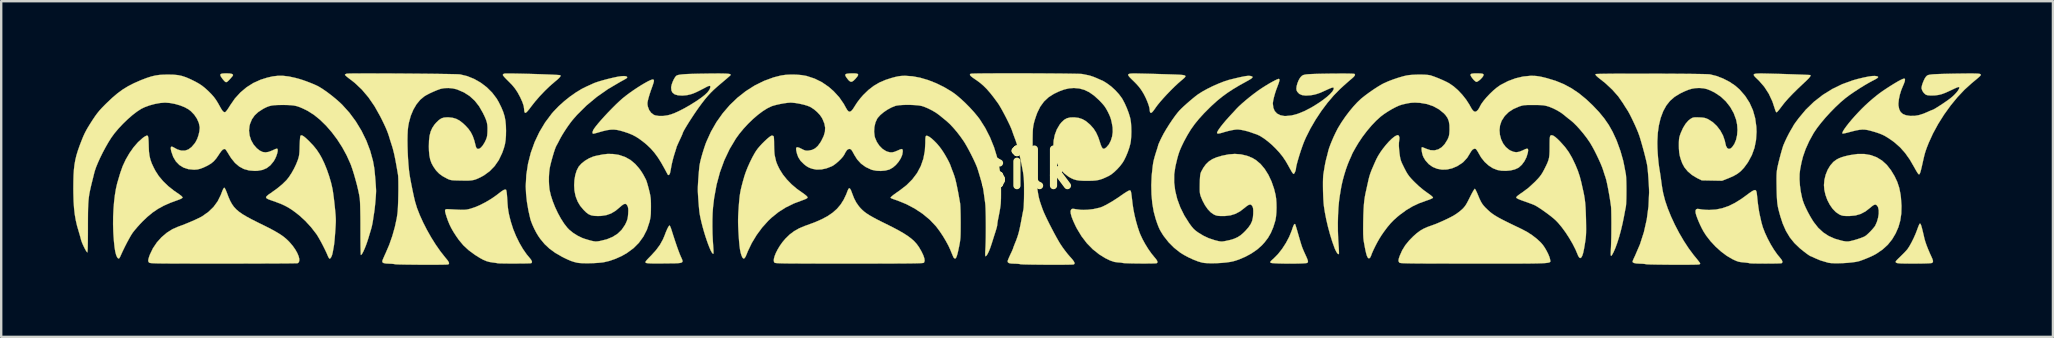
<source format=kicad_pcb>
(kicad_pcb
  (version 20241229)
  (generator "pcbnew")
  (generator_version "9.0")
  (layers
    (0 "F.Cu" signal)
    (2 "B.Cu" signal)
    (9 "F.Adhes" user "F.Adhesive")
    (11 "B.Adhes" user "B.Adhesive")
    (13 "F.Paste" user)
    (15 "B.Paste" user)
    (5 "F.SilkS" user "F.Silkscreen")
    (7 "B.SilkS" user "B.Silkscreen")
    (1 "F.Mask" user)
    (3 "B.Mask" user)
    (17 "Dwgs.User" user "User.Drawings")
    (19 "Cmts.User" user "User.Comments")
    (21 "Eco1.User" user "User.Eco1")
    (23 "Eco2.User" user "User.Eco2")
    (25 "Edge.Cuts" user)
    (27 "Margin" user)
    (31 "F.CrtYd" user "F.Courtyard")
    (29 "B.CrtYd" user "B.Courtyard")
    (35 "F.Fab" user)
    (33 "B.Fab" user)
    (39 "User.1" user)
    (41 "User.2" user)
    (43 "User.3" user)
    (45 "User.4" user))
  (footprint "silk"
    (layer "F.Cu")
    (at 39.716 3.994)
    (property "Reference" "silk" (at 0 0 0) (layer "F.SilkS") (effects (font (size 1.524 1.524) (thickness 0.3))))
    (attr through_hole)
    (fp_poly (pts (xy -7.186 -3.987) (xy -7.101 -3.982) (xy -7.051 -3.972) (xy -7.018 -3.949) (xy -7.018 -3.911) (xy -7.051 -3.853) (xy -7.122 -3.768) (xy -7.127 -3.762) (xy -7.211 -3.679) (xy -7.278 -3.639) (xy -7.338 -3.642) (xy -7.398 -3.687) (xy -7.434 -3.727) (xy -7.505 -3.82) (xy -7.543 -3.884) (xy -7.552 -3.925) (xy -7.533 -3.953) (xy -7.52 -3.961) (xy -7.471 -3.974) (xy -7.388 -3.983) (xy -7.287 -3.987) (xy -7.186 -3.987)) (stroke (width 0.01) (type solid)) (fill yes) (layer "F.SilkS"))
    (fp_poly (pts (xy 18.779 -3.987) (xy 18.907 -3.984) (xy 18.989 -3.974) (xy 19.033 -3.955) (xy 19.043 -3.922) (xy 19.025 -3.875) (xy 19.025 -3.873) (xy 18.977 -3.807) (xy 18.911 -3.738) (xy 18.839 -3.678) (xy 18.776 -3.64) (xy 18.746 -3.632) (xy 18.701 -3.653) (xy 18.639 -3.708) (xy 18.593 -3.761) (xy 18.529 -3.848) (xy 18.497 -3.91) (xy 18.502 -3.95) (xy 18.546 -3.974) (xy 18.634 -3.985) (xy 18.769 -3.987) (xy 18.779 -3.987)) (stroke (width 0.01) (type solid)) (fill yes) (layer "F.SilkS"))
    (fp_poly (pts (xy -33.203 -3.983) (xy -33.114 -3.967) (xy -33.083 -3.953) (xy -33.061 -3.932) (xy -33.058 -3.909) (xy -33.079 -3.873) (xy -33.128 -3.815) (xy -33.157 -3.781) (xy -33.234 -3.697) (xy -33.287 -3.647) (xy -33.325 -3.624) (xy -33.356 -3.623) (xy -33.38 -3.634) (xy -33.417 -3.667) (xy -33.47 -3.726) (xy -33.516 -3.785) (xy -33.57 -3.866) (xy -33.589 -3.923) (xy -33.572 -3.959) (xy -33.512 -3.979) (xy -33.408 -3.987) (xy -33.339 -3.988) (xy -33.203 -3.983)) (stroke (width 0.01) (type solid)) (fill yes) (layer "F.SilkS"))
    (fp_poly (pts (xy 30.836 -3.979) (xy 30.963 -3.976) (xy 31.15 -3.971) (xy 31.349 -3.966) (xy 31.554 -3.96) (xy 31.76 -3.953) (xy 31.958 -3.947) (xy 32.144 -3.94) (xy 32.311 -3.934) (xy 32.452 -3.928) (xy 32.561 -3.923) (xy 32.632 -3.919) (xy 32.658 -3.916) (xy 32.666 -3.893) (xy 32.645 -3.851) (xy 32.593 -3.787) (xy 32.506 -3.699) (xy 32.392 -3.592) (xy 32.135 -3.349) (xy 31.915 -3.132) (xy 31.731 -2.938) (xy 31.578 -2.763) (xy 31.458 -2.608) (xy 31.386 -2.513) (xy 31.323 -2.435) (xy 31.275 -2.382) (xy 31.249 -2.363) (xy 31.224 -2.385) (xy 31.199 -2.44) (xy 31.192 -2.462) (xy 31.074 -2.819) (xy 30.924 -3.139) (xy 30.739 -3.425) (xy 30.517 -3.681) (xy 30.464 -3.732) (xy 30.387 -3.806) (xy 30.331 -3.864) (xy 30.301 -3.909) (xy 30.299 -3.941) (xy 30.329 -3.963) (xy 30.394 -3.976) (xy 30.498 -3.982) (xy 30.645 -3.983) (xy 30.836 -3.979)) (stroke (width 0.01) (type solid)) (fill yes) (layer "F.SilkS"))
    (fp_poly (pts (xy -14.853 2.372) (xy -14.826 2.432) (xy -14.795 2.517) (xy -14.788 2.54) (xy -14.715 2.771) (xy -14.642 2.994) (xy -14.572 3.201) (xy -14.507 3.383) (xy -14.45 3.534) (xy -14.403 3.645) (xy -14.4 3.652) (xy -14.365 3.727) (xy -14.34 3.787) (xy -14.329 3.834) (xy -14.337 3.868) (xy -14.368 3.893) (xy -14.426 3.91) (xy -14.516 3.92) (xy -14.642 3.926) (xy -14.809 3.928) (xy -15.022 3.93) (xy -15.091 3.931) (xy -15.314 3.933) (xy -15.491 3.933) (xy -15.627 3.931) (xy -15.727 3.927) (xy -15.796 3.921) (xy -15.839 3.913) (xy -15.859 3.904) (xy -15.874 3.889) (xy -15.875 3.868) (xy -15.857 3.836) (xy -15.816 3.786) (xy -15.748 3.713) (xy -15.648 3.611) (xy -15.642 3.606) (xy -15.435 3.377) (xy -15.27 3.153) (xy -15.144 2.924) (xy -15.074 2.755) (xy -15.02 2.615) (xy -14.969 2.497) (xy -14.924 2.41) (xy -14.888 2.359) (xy -14.872 2.349) (xy -14.853 2.372)) (stroke (width 0.01) (type solid)) (fill yes) (layer "F.SilkS"))
    (fp_poly (pts (xy 11.191 2.293) (xy 11.202 2.32) (xy 11.223 2.387) (xy 11.254 2.487) (xy 11.29 2.611) (xy 11.318 2.708) (xy 11.37 2.889) (xy 11.412 3.031) (xy 11.446 3.142) (xy 11.476 3.233) (xy 11.506 3.312) (xy 11.538 3.389) (xy 11.575 3.473) (xy 11.605 3.538) (xy 11.665 3.669) (xy 11.704 3.763) (xy 11.723 3.827) (xy 11.725 3.868) (xy 11.711 3.894) (xy 11.688 3.91) (xy 11.645 3.919) (xy 11.561 3.926) (xy 11.442 3.932) (xy 11.298 3.936) (xy 11.136 3.938) (xy 10.965 3.939) (xy 10.792 3.938) (xy 10.625 3.935) (xy 10.474 3.931) (xy 10.345 3.925) (xy 10.247 3.918) (xy 10.187 3.909) (xy 10.175 3.904) (xy 10.157 3.885) (xy 10.158 3.863) (xy 10.184 3.828) (xy 10.24 3.775) (xy 10.296 3.726) (xy 10.476 3.544) (xy 10.649 3.324) (xy 10.808 3.079) (xy 10.944 2.822) (xy 11.048 2.566) (xy 11.064 2.518) (xy 11.106 2.395) (xy 11.141 2.318) (xy 11.17 2.287) (xy 11.191 2.293)) (stroke (width 0.01) (type solid)) (fill yes) (layer "F.SilkS"))
    (fp_poly (pts (xy -21.513 -3.981) (xy -21.361 -3.98) (xy -21.185 -3.977) (xy -20.991 -3.973) (xy -20.785 -3.968) (xy -20.573 -3.962) (xy -20.362 -3.956) (xy -20.158 -3.949) (xy -19.966 -3.942) (xy -19.794 -3.935) (xy -19.647 -3.928) (xy -19.531 -3.921) (xy -19.454 -3.915) (xy -19.42 -3.909) (xy -19.42 -3.909) (xy -19.411 -3.882) (xy -19.432 -3.841) (xy -19.485 -3.784) (xy -19.574 -3.704) (xy -19.655 -3.637) (xy -19.857 -3.462) (xy -20.07 -3.257) (xy -20.281 -3.035) (xy -20.476 -2.81) (xy -20.623 -2.623) (xy -20.718 -2.497) (xy -20.789 -2.411) (xy -20.84 -2.361) (xy -20.876 -2.342) (xy -20.9 -2.352) (xy -20.914 -2.377) (xy -20.925 -2.431) (xy -20.93 -2.498) (xy -20.948 -2.629) (xy -21.003 -2.794) (xy -21.092 -2.992) (xy -21.096 -2.999) (xy -21.201 -3.193) (xy -21.31 -3.357) (xy -21.436 -3.51) (xy -21.593 -3.669) (xy -21.6 -3.676) (xy -21.685 -3.76) (xy -21.755 -3.835) (xy -21.802 -3.893) (xy -21.819 -3.923) (xy -21.797 -3.958) (xy -21.759 -3.976) (xy -21.718 -3.98) (xy -21.634 -3.981) (xy -21.513 -3.981)) (stroke (width 0.01) (type solid)) (fill yes) (layer "F.SilkS"))
    (fp_poly (pts (xy 4.717 -3.98) (xy 4.9 -3.976) (xy 5.117 -3.971) (xy 5.357 -3.964) (xy 5.603 -3.957) (xy 5.836 -3.95) (xy 6.04 -3.944) (xy 6.07 -3.943) (xy 6.269 -3.936) (xy 6.42 -3.928) (xy 6.527 -3.917) (xy 6.593 -3.901) (xy 6.622 -3.878) (xy 6.616 -3.846) (xy 6.578 -3.802) (xy 6.513 -3.744) (xy 6.447 -3.689) (xy 6.315 -3.574) (xy 6.167 -3.436) (xy 6.011 -3.281) (xy 5.854 -3.119) (xy 5.705 -2.958) (xy 5.572 -2.806) (xy 5.461 -2.671) (xy 5.388 -2.572) (xy 5.306 -2.455) (xy 5.245 -2.38) (xy 5.2 -2.344) (xy 5.168 -2.345) (xy 5.146 -2.377) (xy 5.133 -2.436) (xy 5.131 -2.473) (xy 5.119 -2.557) (xy 5.085 -2.674) (xy 5.034 -2.811) (xy 4.972 -2.956) (xy 4.901 -3.098) (xy 4.86 -3.171) (xy 4.775 -3.306) (xy 4.685 -3.426) (xy 4.576 -3.549) (xy 4.463 -3.663) (xy 4.366 -3.757) (xy 4.294 -3.831) (xy 4.249 -3.888) (xy 4.234 -3.929) (xy 4.252 -3.957) (xy 4.307 -3.974) (xy 4.4 -3.982) (xy 4.536 -3.984) (xy 4.717 -3.98)) (stroke (width 0.01) (type solid)) (fill yes) (layer "F.SilkS"))
    (fp_poly (pts (xy 37.239 2.278) (xy 37.257 2.308) (xy 37.278 2.365) (xy 37.303 2.454) (xy 37.335 2.578) (xy 37.374 2.744) (xy 37.414 2.917) (xy 37.448 3.033) (xy 37.5 3.182) (xy 37.567 3.351) (xy 37.643 3.528) (xy 37.691 3.632) (xy 37.74 3.742) (xy 37.764 3.818) (xy 37.763 3.867) (xy 37.738 3.9) (xy 37.721 3.911) (xy 37.679 3.919) (xy 37.591 3.926) (xy 37.459 3.931) (xy 37.289 3.935) (xy 37.083 3.937) (xy 36.976 3.937) (xy 36.764 3.937) (xy 36.597 3.935) (xy 36.469 3.933) (xy 36.376 3.928) (xy 36.31 3.922) (xy 36.266 3.914) (xy 36.239 3.903) (xy 36.232 3.898) (xy 36.213 3.881) (xy 36.209 3.861) (xy 36.224 3.832) (xy 36.262 3.787) (xy 36.328 3.721) (xy 36.414 3.638) (xy 36.509 3.544) (xy 36.597 3.454) (xy 36.667 3.378) (xy 36.709 3.327) (xy 36.787 3.207) (xy 36.872 3.053) (xy 36.957 2.883) (xy 37.034 2.711) (xy 37.096 2.553) (xy 37.098 2.546) (xy 37.136 2.442) (xy 37.171 2.354) (xy 37.197 2.296) (xy 37.207 2.28) (xy 37.223 2.27) (xy 37.239 2.278)) (stroke (width 0.01) (type solid)) (fill yes) (layer "F.SilkS"))
    (fp_poly (pts (xy -36.621 -1.392) (xy -36.604 -1.372) (xy -36.591 -1.331) (xy -36.583 -1.262) (xy -36.576 -1.158) (xy -36.571 -1.013) (xy -36.569 -0.927) (xy -36.56 -0.727) (xy -36.538 -0.555) (xy -36.501 -0.398) (xy -36.445 -0.239) (xy -36.364 -0.065) (xy -36.29 0.076) (xy -36.151 0.291) (xy -35.97 0.505) (xy -35.755 0.713) (xy -35.513 0.904) (xy -35.412 0.973) (xy -35.284 1.062) (xy -35.2 1.128) (xy -35.161 1.173) (xy -35.158 1.186) (xy -35.187 1.216) (xy -35.26 1.254) (xy -35.37 1.295) (xy -35.678 1.408) (xy -35.946 1.527) (xy -36.185 1.658) (xy -36.406 1.808) (xy -36.62 1.984) (xy -36.821 2.175) (xy -36.933 2.292) (xy -37.045 2.416) (xy -37.146 2.535) (xy -37.225 2.634) (xy -37.243 2.659) (xy -37.31 2.763) (xy -37.39 2.903) (xy -37.479 3.068) (xy -37.571 3.248) (xy -37.66 3.432) (xy -37.741 3.61) (xy -37.753 3.639) (xy -37.79 3.708) (xy -37.824 3.729) (xy -37.862 3.704) (xy -37.887 3.67) (xy -37.927 3.58) (xy -37.963 3.443) (xy -37.993 3.257) (xy -38.018 3.021) (xy -38.039 2.736) (xy -38.046 2.603) (xy -38.055 2.299) (xy -38.052 1.985) (xy -38.037 1.67) (xy -38.013 1.364) (xy -37.979 1.078) (xy -37.936 0.821) (xy -37.886 0.602) (xy -37.874 0.559) (xy -37.843 0.455) (xy -37.805 0.326) (xy -37.766 0.196) (xy -37.757 0.165) (xy -37.657 -0.118) (xy -37.527 -0.397) (xy -37.373 -0.662) (xy -37.202 -0.906) (xy -37.018 -1.118) (xy -36.828 -1.289) (xy -36.801 -1.31) (xy -36.73 -1.358) (xy -36.67 -1.389) (xy -36.643 -1.397) (xy -36.621 -1.392)) (stroke (width 0.01) (type solid)) (fill yes) (layer "F.SilkS"))
    (fp_poly (pts (xy 4.31 0.889) (xy 4.326 0.894) (xy 4.34 0.911) (xy 4.351 0.944) (xy 4.363 1.001) (xy 4.375 1.087) (xy 4.39 1.209) (xy 4.409 1.373) (xy 4.418 1.448) (xy 4.452 1.676) (xy 4.502 1.926) (xy 4.564 2.179) (xy 4.634 2.422) (xy 4.707 2.638) (xy 4.748 2.739) (xy 4.839 2.932) (xy 4.951 3.135) (xy 5.073 3.332) (xy 5.198 3.51) (xy 5.315 3.654) (xy 5.401 3.757) (xy 5.448 3.833) (xy 5.457 3.886) (xy 5.429 3.918) (xy 5.421 3.922) (xy 5.382 3.927) (xy 5.301 3.93) (xy 5.186 3.933) (xy 5.045 3.934) (xy 4.887 3.935) (xy 4.721 3.934) (xy 4.554 3.932) (xy 4.396 3.93) (xy 4.254 3.926) (xy 4.137 3.922) (xy 4.054 3.917) (xy 4.013 3.912) (xy 3.95 3.899) (xy 3.863 3.891) (xy 3.817 3.889) (xy 3.66 3.868) (xy 3.484 3.809) (xy 3.285 3.712) (xy 3.061 3.574) (xy 3.023 3.549) (xy 2.76 3.341) (xy 2.515 3.09) (xy 2.293 2.8) (xy 2.098 2.477) (xy 2.047 2.378) (xy 1.948 2.164) (xy 1.879 1.987) (xy 1.842 1.848) (xy 1.835 1.747) (xy 1.861 1.685) (xy 1.861 1.684) (xy 1.892 1.66) (xy 1.93 1.653) (xy 1.993 1.66) (xy 2.052 1.671) (xy 2.277 1.699) (xy 2.528 1.697) (xy 2.791 1.666) (xy 3.052 1.607) (xy 3.068 1.602) (xy 3.166 1.565) (xy 3.295 1.501) (xy 3.446 1.418) (xy 3.61 1.321) (xy 3.777 1.213) (xy 3.927 1.11) (xy 4.039 1.032) (xy 4.141 0.966) (xy 4.223 0.917) (xy 4.276 0.892) (xy 4.289 0.889) (xy 4.31 0.889)) (stroke (width 0.01) (type solid)) (fill yes) (layer "F.SilkS"))
    (fp_poly (pts (xy 30.391 0.895) (xy 30.413 0.948) (xy 30.427 1.032) (xy 30.433 1.087) (xy 30.463 1.375) (xy 30.495 1.614) (xy 30.526 1.806) (xy 30.544 1.892) (xy 30.571 2.011) (xy 30.599 2.137) (xy 30.618 2.223) (xy 30.676 2.425) (xy 30.764 2.652) (xy 30.874 2.891) (xy 31 3.129) (xy 31.137 3.355) (xy 31.277 3.555) (xy 31.398 3.701) (xy 31.466 3.79) (xy 31.494 3.859) (xy 31.479 3.907) (xy 31.456 3.922) (xy 31.42 3.926) (xy 31.342 3.93) (xy 31.232 3.933) (xy 31.097 3.935) (xy 30.945 3.936) (xy 30.785 3.937) (xy 30.626 3.936) (xy 30.475 3.935) (xy 30.34 3.933) (xy 30.23 3.931) (xy 30.154 3.927) (xy 30.119 3.923) (xy 30.118 3.922) (xy 30.087 3.913) (xy 30.018 3.903) (xy 29.923 3.892) (xy 29.874 3.888) (xy 29.76 3.876) (xy 29.668 3.859) (xy 29.58 3.83) (xy 29.478 3.785) (xy 29.408 3.751) (xy 29.175 3.615) (xy 28.94 3.439) (xy 28.711 3.234) (xy 28.5 3.008) (xy 28.316 2.772) (xy 28.208 2.604) (xy 28.14 2.479) (xy 28.07 2.337) (xy 28.004 2.189) (xy 27.947 2.048) (xy 27.903 1.926) (xy 27.878 1.834) (xy 27.876 1.822) (xy 27.872 1.731) (xy 27.896 1.677) (xy 27.953 1.657) (xy 28.048 1.667) (xy 28.07 1.672) (xy 28.153 1.685) (xy 28.268 1.695) (xy 28.394 1.701) (xy 28.452 1.702) (xy 28.721 1.685) (xy 28.983 1.632) (xy 29.245 1.542) (xy 29.511 1.411) (xy 29.789 1.238) (xy 29.978 1.101) (xy 30.119 0.996) (xy 30.225 0.924) (xy 30.302 0.883) (xy 30.356 0.873) (xy 30.391 0.895)) (stroke (width 0.01) (type solid)) (fill yes) (layer "F.SilkS"))
    (fp_poly (pts (xy -21.683 0.862) (xy -21.682 0.863) (xy -21.67 0.899) (xy -21.657 0.976) (xy -21.645 1.085) (xy -21.636 1.218) (xy -21.635 1.227) (xy -21.623 1.424) (xy -21.609 1.585) (xy -21.591 1.726) (xy -21.566 1.863) (xy -21.532 2.01) (xy -21.487 2.182) (xy -21.479 2.21) (xy -21.387 2.498) (xy -21.269 2.787) (xy -21.133 3.066) (xy -20.983 3.325) (xy -20.826 3.551) (xy -20.723 3.674) (xy -20.642 3.775) (xy -20.604 3.85) (xy -20.61 3.9) (xy -20.64 3.922) (xy -20.674 3.925) (xy -20.751 3.928) (xy -20.862 3.931) (xy -20.999 3.933) (xy -21.154 3.934) (xy -21.318 3.935) (xy -21.483 3.935) (xy -21.64 3.934) (xy -21.782 3.932) (xy -21.9 3.93) (xy -21.986 3.928) (xy -22.031 3.924) (xy -22.035 3.923) (xy -22.071 3.915) (xy -22.143 3.904) (xy -22.237 3.892) (xy -22.255 3.89) (xy -22.382 3.868) (xy -22.504 3.833) (xy -22.629 3.781) (xy -22.769 3.705) (xy -22.934 3.602) (xy -22.992 3.564) (xy -23.244 3.378) (xy -23.46 3.178) (xy -23.651 2.95) (xy -23.753 2.805) (xy -23.872 2.621) (xy -23.965 2.459) (xy -24.04 2.307) (xy -24.105 2.148) (xy -24.156 2.002) (xy -24.198 1.868) (xy -24.221 1.775) (xy -24.224 1.715) (xy -24.206 1.683) (xy -24.166 1.67) (xy -24.104 1.67) (xy -23.894 1.681) (xy -23.727 1.69) (xy -23.596 1.695) (xy -23.495 1.697) (xy -23.414 1.695) (xy -23.348 1.69) (xy -23.289 1.68) (xy -23.23 1.667) (xy -23.163 1.65) (xy -22.966 1.584) (xy -22.746 1.489) (xy -22.518 1.37) (xy -22.293 1.235) (xy -22.086 1.091) (xy -22 1.025) (xy -21.878 0.931) (xy -21.787 0.873) (xy -21.723 0.851) (xy -21.683 0.862)) (stroke (width 0.01) (type solid)) (fill yes) (layer "F.SilkS"))
    (fp_poly (pts (xy -4.125 -1.383) (xy -4.048 -1.344) (xy -3.954 -1.274) (xy -3.85 -1.18) (xy -3.741 -1.069) (xy -3.634 -0.944) (xy -3.552 -0.836) (xy -3.47 -0.715) (xy -3.385 -0.576) (xy -3.304 -0.434) (xy -3.234 -0.3) (xy -3.182 -0.188) (xy -3.165 -0.143) (xy -3.139 -0.071) (xy -3.102 0.03) (xy -3.058 0.143) (xy -3.04 0.191) (xy -3.003 0.295) (xy -2.966 0.422) (xy -2.928 0.579) (xy -2.888 0.768) (xy -2.843 0.996) (xy -2.795 1.266) (xy -2.767 1.424) (xy -2.761 1.488) (xy -2.755 1.594) (xy -2.75 1.734) (xy -2.746 1.898) (xy -2.744 2.079) (xy -2.743 2.234) (xy -2.744 2.442) (xy -2.745 2.609) (xy -2.748 2.742) (xy -2.753 2.852) (xy -2.762 2.946) (xy -2.773 3.033) (xy -2.789 3.124) (xy -2.806 3.212) (xy -2.844 3.393) (xy -2.876 3.529) (xy -2.905 3.625) (xy -2.931 3.687) (xy -2.956 3.72) (xy -2.973 3.728) (xy -3.013 3.714) (xy -3.042 3.678) (xy -3.063 3.63) (xy -3.098 3.548) (xy -3.141 3.445) (xy -3.17 3.373) (xy -3.251 3.196) (xy -3.358 2.998) (xy -3.481 2.792) (xy -3.613 2.594) (xy -3.744 2.418) (xy -3.781 2.373) (xy -4.032 2.108) (xy -4.325 1.865) (xy -4.652 1.648) (xy -5.006 1.461) (xy -5.381 1.308) (xy -5.466 1.28) (xy -5.557 1.248) (xy -5.626 1.22) (xy -5.662 1.2) (xy -5.664 1.196) (xy -5.649 1.168) (xy -5.603 1.123) (xy -5.522 1.059) (xy -5.402 0.973) (xy -5.296 0.9) (xy -5.004 0.675) (xy -4.759 0.431) (xy -4.559 0.166) (xy -4.406 -0.121) (xy -4.298 -0.43) (xy -4.235 -0.762) (xy -4.216 -1.087) (xy -4.215 -1.216) (xy -4.211 -1.302) (xy -4.202 -1.354) (xy -4.188 -1.381) (xy -4.178 -1.388) (xy -4.125 -1.383)) (stroke (width 0.01) (type solid)) (fill yes) (layer "F.SilkS"))
    (fp_poly (pts (xy -10.554 -1.382) (xy -10.531 -1.357) (xy -10.525 -1.317) (xy -10.52 -1.238) (xy -10.517 -1.13) (xy -10.516 -1.006) (xy -10.516 -1) (xy -10.513 -0.865) (xy -10.507 -0.737) (xy -10.499 -0.63) (xy -10.489 -0.564) (xy -10.465 -0.461) (xy -10.44 -0.353) (xy -10.435 -0.33) (xy -10.411 -0.259) (xy -10.369 -0.159) (xy -10.315 -0.046) (xy -10.277 0.025) (xy -10.149 0.229) (xy -9.983 0.435) (xy -9.791 0.633) (xy -9.584 0.81) (xy -9.474 0.89) (xy -9.337 0.986) (xy -9.238 1.058) (xy -9.172 1.112) (xy -9.135 1.151) (xy -9.122 1.181) (xy -9.124 1.197) (xy -9.154 1.222) (xy -9.219 1.255) (xy -9.307 1.289) (xy -9.325 1.295) (xy -9.696 1.434) (xy -10.028 1.597) (xy -10.332 1.79) (xy -10.617 2.019) (xy -10.761 2.155) (xy -11.011 2.432) (xy -11.242 2.744) (xy -11.445 3.079) (xy -11.61 3.422) (xy -11.658 3.543) (xy -11.707 3.655) (xy -11.752 3.717) (xy -11.793 3.728) (xy -11.832 3.691) (xy -11.837 3.681) (xy -11.876 3.595) (xy -11.908 3.489) (xy -11.935 3.358) (xy -11.957 3.194) (xy -11.976 2.992) (xy -11.992 2.756) (xy -12.004 2.546) (xy -12.012 2.374) (xy -12.016 2.226) (xy -12.016 2.09) (xy -12.012 1.953) (xy -12.004 1.801) (xy -11.992 1.622) (xy -11.992 1.613) (xy -11.977 1.41) (xy -11.962 1.243) (xy -11.946 1.1) (xy -11.925 0.969) (xy -11.899 0.838) (xy -11.864 0.694) (xy -11.82 0.527) (xy -11.762 0.325) (xy -11.757 0.305) (xy -11.698 0.13) (xy -11.619 -0.071) (xy -11.524 -0.282) (xy -11.423 -0.487) (xy -11.322 -0.669) (xy -11.262 -0.765) (xy -11.196 -0.855) (xy -11.11 -0.956) (xy -11.013 -1.061) (xy -10.91 -1.163) (xy -10.811 -1.255) (xy -10.723 -1.329) (xy -10.652 -1.379) (xy -10.606 -1.397) (xy -10.554 -1.382)) (stroke (width 0.01) (type solid)) (fill yes) (layer "F.SilkS"))
    (fp_poly (pts (xy 21.945 -1.393) (xy 22.031 -1.335) (xy 22.14 -1.238) (xy 22.246 -1.131) (xy 22.436 -0.918) (xy 22.59 -0.707) (xy 22.723 -0.479) (xy 22.742 -0.442) (xy 22.869 -0.176) (xy 22.97 0.069) (xy 23.05 0.309) (xy 23.116 0.564) (xy 23.126 0.61) (xy 23.152 0.727) (xy 23.182 0.86) (xy 23.203 0.953) (xy 23.233 1.102) (xy 23.258 1.255) (xy 23.277 1.422) (xy 23.291 1.611) (xy 23.301 1.83) (xy 23.309 2.09) (xy 23.31 2.159) (xy 23.313 2.36) (xy 23.314 2.522) (xy 23.312 2.658) (xy 23.306 2.779) (xy 23.294 2.897) (xy 23.277 3.024) (xy 23.253 3.172) (xy 23.227 3.323) (xy 23.192 3.49) (xy 23.154 3.61) (xy 23.112 3.683) (xy 23.069 3.708) (xy 23.025 3.683) (xy 22.98 3.609) (xy 22.964 3.569) (xy 22.87 3.347) (xy 22.749 3.11) (xy 22.609 2.87) (xy 22.458 2.638) (xy 22.301 2.424) (xy 22.147 2.239) (xy 22.035 2.124) (xy 21.933 2.036) (xy 21.803 1.932) (xy 21.657 1.823) (xy 21.507 1.716) (xy 21.365 1.62) (xy 21.242 1.543) (xy 21.184 1.511) (xy 21.127 1.485) (xy 21.034 1.449) (xy 20.916 1.405) (xy 20.786 1.358) (xy 20.752 1.347) (xy 20.596 1.291) (xy 20.487 1.246) (xy 20.423 1.211) (xy 20.401 1.187) (xy 20.415 1.155) (xy 20.468 1.105) (xy 20.562 1.035) (xy 20.655 0.973) (xy 20.918 0.776) (xy 21.176 0.537) (xy 21.287 0.422) (xy 21.371 0.328) (xy 21.437 0.242) (xy 21.496 0.149) (xy 21.557 0.038) (xy 21.578 -0.003) (xy 21.652 -0.151) (xy 21.706 -0.27) (xy 21.745 -0.375) (xy 21.77 -0.478) (xy 21.784 -0.591) (xy 21.791 -0.727) (xy 21.793 -0.899) (xy 21.793 -0.943) (xy 21.794 -1.104) (xy 21.796 -1.221) (xy 21.801 -1.302) (xy 21.81 -1.354) (xy 21.822 -1.385) (xy 21.833 -1.399) (xy 21.88 -1.413) (xy 21.945 -1.393)) (stroke (width 0.01) (type solid)) (fill yes) (layer "F.SilkS"))
    (fp_poly (pts (xy -30.172 -1.399) (xy -30.109 -1.361) (xy -30.023 -1.291) (xy -29.91 -1.185) (xy -29.883 -1.158) (xy -29.712 -0.978) (xy -29.571 -0.804) (xy -29.449 -0.619) (xy -29.357 -0.456) (xy -29.25 -0.231) (xy -29.146 0.026) (xy -29.052 0.298) (xy -28.973 0.568) (xy -28.915 0.82) (xy -28.901 0.902) (xy -28.88 1.045) (xy -28.858 1.212) (xy -28.837 1.393) (xy -28.817 1.577) (xy -28.8 1.754) (xy -28.786 1.913) (xy -28.778 2.043) (xy -28.775 2.133) (xy -28.775 2.134) (xy -28.777 2.23) (xy -28.784 2.358) (xy -28.793 2.507) (xy -28.804 2.665) (xy -28.816 2.821) (xy -28.828 2.964) (xy -28.84 3.081) (xy -28.85 3.162) (xy -28.852 3.175) (xy -28.871 3.285) (xy -28.893 3.407) (xy -28.903 3.464) (xy -28.93 3.577) (xy -28.966 3.666) (xy -29.006 3.721) (xy -29.035 3.734) (xy -29.059 3.712) (xy -29.09 3.658) (xy -29.104 3.627) (xy -29.158 3.501) (xy -29.229 3.351) (xy -29.309 3.191) (xy -29.393 3.031) (xy -29.475 2.885) (xy -29.546 2.765) (xy -29.586 2.705) (xy -29.806 2.421) (xy -30.047 2.159) (xy -30.295 1.932) (xy -30.331 1.904) (xy -30.488 1.782) (xy -30.628 1.682) (xy -30.762 1.598) (xy -30.9 1.524) (xy -31.054 1.454) (xy -31.235 1.384) (xy -31.452 1.307) (xy -31.483 1.296) (xy -31.596 1.254) (xy -31.662 1.216) (xy -31.683 1.177) (xy -31.659 1.131) (xy -31.59 1.071) (xy -31.494 1.005) (xy -31.236 0.821) (xy -31.013 0.639) (xy -30.833 0.463) (xy -30.832 0.462) (xy -30.729 0.333) (xy -30.621 0.169) (xy -30.518 -0.014) (xy -30.427 -0.204) (xy -30.362 -0.368) (xy -30.334 -0.454) (xy -30.314 -0.531) (xy -30.3 -0.613) (xy -30.291 -0.712) (xy -30.285 -0.839) (xy -30.282 -0.965) (xy -30.277 -1.103) (xy -30.27 -1.224) (xy -30.262 -1.318) (xy -30.253 -1.375) (xy -30.248 -1.388) (xy -30.217 -1.407) (xy -30.172 -1.399)) (stroke (width 0.01) (type solid)) (fill yes) (layer "F.SilkS"))
    (fp_poly (pts (xy -7.356 0.811) (xy -7.318 0.871) (xy -7.275 0.98) (xy -7.267 1.005) (xy -7.184 1.218) (xy -7.092 1.395) (xy -6.982 1.55) (xy -6.914 1.629) (xy -6.84 1.704) (xy -6.759 1.775) (xy -6.665 1.845) (xy -6.553 1.918) (xy -6.417 1.997) (xy -6.25 2.087) (xy -6.047 2.19) (xy -5.856 2.284) (xy -5.568 2.428) (xy -5.323 2.558) (xy -5.117 2.677) (xy -4.944 2.789) (xy -4.8 2.897) (xy -4.68 3.004) (xy -4.58 3.114) (xy -4.496 3.229) (xy -4.475 3.261) (xy -4.371 3.441) (xy -4.298 3.596) (xy -4.255 3.725) (xy -4.245 3.824) (xy -4.267 3.89) (xy -4.281 3.903) (xy -4.295 3.908) (xy -4.325 3.913) (xy -4.373 3.917) (xy -4.441 3.921) (xy -4.531 3.924) (xy -4.647 3.927) (xy -4.791 3.929) (xy -4.965 3.931) (xy -5.171 3.933) (xy -5.413 3.934) (xy -5.692 3.935) (xy -6.012 3.936) (xy -6.373 3.937) (xy -6.78 3.937) (xy -7.235 3.937) (xy -7.394 3.937) (xy -7.855 3.937) (xy -8.268 3.937) (xy -8.635 3.937) (xy -8.96 3.936) (xy -9.244 3.935) (xy -9.491 3.934) (xy -9.704 3.933) (xy -9.884 3.932) (xy -10.034 3.93) (xy -10.158 3.928) (xy -10.258 3.925) (xy -10.336 3.922) (xy -10.396 3.918) (xy -10.439 3.914) (xy -10.47 3.909) (xy -10.489 3.904) (xy -10.5 3.898) (xy -10.503 3.895) (xy -10.529 3.835) (xy -10.525 3.743) (xy -10.494 3.626) (xy -10.44 3.491) (xy -10.366 3.345) (xy -10.274 3.194) (xy -10.169 3.046) (xy -10.052 2.907) (xy -10.045 2.899) (xy -9.87 2.728) (xy -9.685 2.589) (xy -9.48 2.472) (xy -9.24 2.37) (xy -9.157 2.341) (xy -8.82 2.217) (xy -8.53 2.09) (xy -8.281 1.956) (xy -8.07 1.811) (xy -7.892 1.652) (xy -7.742 1.474) (xy -7.616 1.274) (xy -7.509 1.049) (xy -7.455 0.907) (xy -7.421 0.83) (xy -7.389 0.797) (xy -7.356 0.811)) (stroke (width 0.01) (type solid)) (fill yes) (layer "F.SilkS"))
    (fp_poly (pts (xy -33.399 0.798) (xy -33.365 0.862) (xy -33.324 0.959) (xy -33.308 1.003) (xy -33.242 1.176) (xy -33.175 1.326) (xy -33.103 1.457) (xy -33.021 1.573) (xy -32.922 1.68) (xy -32.803 1.781) (xy -32.658 1.882) (xy -32.483 1.986) (xy -32.272 2.099) (xy -32.02 2.226) (xy -31.946 2.263) (xy -31.691 2.388) (xy -31.478 2.497) (xy -31.3 2.594) (xy -31.151 2.682) (xy -31.025 2.764) (xy -30.917 2.845) (xy -30.82 2.928) (xy -30.729 3.017) (xy -30.69 3.059) (xy -30.567 3.204) (xy -30.464 3.351) (xy -30.383 3.493) (xy -30.327 3.624) (xy -30.298 3.739) (xy -30.298 3.831) (xy -30.329 3.896) (xy -30.366 3.921) (xy -30.396 3.923) (xy -30.474 3.925) (xy -30.597 3.927) (xy -30.76 3.929) (xy -30.962 3.93) (xy -31.199 3.932) (xy -31.468 3.933) (xy -31.766 3.934) (xy -32.089 3.935) (xy -32.434 3.936) (xy -32.799 3.937) (xy -33.179 3.937) (xy -33.463 3.937) (xy -33.921 3.937) (xy -34.33 3.937) (xy -34.695 3.937) (xy -35.016 3.936) (xy -35.298 3.936) (xy -35.543 3.935) (xy -35.753 3.934) (xy -35.931 3.933) (xy -36.08 3.931) (xy -36.203 3.929) (xy -36.301 3.926) (xy -36.379 3.923) (xy -36.439 3.919) (xy -36.483 3.915) (xy -36.514 3.91) (xy -36.535 3.905) (xy -36.549 3.899) (xy -36.558 3.892) (xy -36.561 3.889) (xy -36.585 3.851) (xy -36.591 3.801) (xy -36.578 3.731) (xy -36.546 3.629) (xy -36.518 3.556) (xy -36.394 3.298) (xy -36.231 3.056) (xy -36.035 2.838) (xy -35.813 2.65) (xy -35.573 2.499) (xy -35.357 2.405) (xy -35.183 2.341) (xy -34.998 2.268) (xy -34.813 2.191) (xy -34.64 2.115) (xy -34.488 2.043) (xy -34.369 1.982) (xy -34.334 1.961) (xy -34.079 1.78) (xy -33.866 1.573) (xy -33.696 1.339) (xy -33.566 1.075) (xy -33.54 1.006) (xy -33.498 0.896) (xy -33.46 0.818) (xy -33.432 0.778) (xy -33.424 0.775) (xy -33.399 0.798)) (stroke (width 0.01) (type solid)) (fill yes) (layer "F.SilkS"))
    (fp_poly (pts (xy 15.505 -1.392) (xy 15.513 -1.381) (xy 15.535 -1.328) (xy 15.534 -1.248) (xy 15.529 -1.219) (xy 15.515 -1.098) (xy 15.513 -0.964) (xy 15.523 -0.806) (xy 15.539 -0.66) (xy 15.555 -0.543) (xy 15.572 -0.449) (xy 15.594 -0.366) (xy 15.626 -0.279) (xy 15.673 -0.178) (xy 15.737 -0.048) (xy 15.759 -0.006) (xy 15.823 0.116) (xy 15.882 0.213) (xy 15.944 0.3) (xy 16.021 0.39) (xy 16.121 0.496) (xy 16.162 0.537) (xy 16.347 0.713) (xy 16.541 0.874) (xy 16.682 0.977) (xy 16.795 1.056) (xy 16.877 1.121) (xy 16.926 1.169) (xy 16.936 1.19) (xy 16.909 1.215) (xy 16.84 1.248) (xy 16.737 1.288) (xy 16.671 1.31) (xy 16.359 1.423) (xy 16.08 1.554) (xy 15.818 1.711) (xy 15.557 1.902) (xy 15.446 1.993) (xy 15.3 2.124) (xy 15.164 2.264) (xy 15.03 2.424) (xy 14.89 2.612) (xy 14.79 2.756) (xy 14.707 2.887) (xy 14.618 3.043) (xy 14.53 3.211) (xy 14.45 3.376) (xy 14.386 3.523) (xy 14.354 3.611) (xy 14.318 3.686) (xy 14.276 3.72) (xy 14.235 3.708) (xy 14.227 3.7) (xy 14.201 3.658) (xy 14.175 3.597) (xy 14.15 3.51) (xy 14.122 3.391) (xy 14.091 3.234) (xy 14.055 3.034) (xy 14.047 2.985) (xy 14.035 2.875) (xy 14.027 2.715) (xy 14.025 2.505) (xy 14.027 2.244) (xy 14.028 2.184) (xy 14.034 1.911) (xy 14.044 1.679) (xy 14.056 1.482) (xy 14.073 1.311) (xy 14.095 1.157) (xy 14.122 1.012) (xy 14.133 0.965) (xy 14.156 0.863) (xy 14.184 0.733) (xy 14.214 0.6) (xy 14.223 0.559) (xy 14.249 0.44) (xy 14.275 0.337) (xy 14.303 0.242) (xy 14.336 0.145) (xy 14.378 0.036) (xy 14.433 -0.092) (xy 14.502 -0.251) (xy 14.571 -0.404) (xy 14.646 -0.547) (xy 14.743 -0.701) (xy 14.856 -0.859) (xy 14.978 -1.011) (xy 15.102 -1.15) (xy 15.221 -1.266) (xy 15.327 -1.351) (xy 15.386 -1.386) (xy 15.446 -1.412) (xy 15.48 -1.414) (xy 15.505 -1.392)) (stroke (width 0.01) (type solid)) (fill yes) (layer "F.SilkS"))
    (fp_poly (pts (xy 18.699 0.846) (xy 18.733 0.91) (xy 18.775 1) (xy 18.809 1.082) (xy 18.873 1.235) (xy 18.929 1.351) (xy 18.984 1.444) (xy 19.047 1.527) (xy 19.125 1.612) (xy 19.184 1.669) (xy 19.255 1.735) (xy 19.324 1.796) (xy 19.398 1.853) (xy 19.48 1.91) (xy 19.575 1.969) (xy 19.688 2.034) (xy 19.824 2.106) (xy 19.988 2.189) (xy 20.185 2.286) (xy 20.418 2.398) (xy 20.645 2.507) (xy 20.859 2.621) (xy 21.067 2.756) (xy 21.257 2.903) (xy 21.419 3.053) (xy 21.513 3.161) (xy 21.589 3.271) (xy 21.663 3.398) (xy 21.73 3.528) (xy 21.78 3.647) (xy 21.809 3.742) (xy 21.811 3.756) (xy 21.816 3.783) (xy 21.822 3.807) (xy 21.826 3.828) (xy 21.826 3.847) (xy 21.818 3.864) (xy 21.802 3.878) (xy 21.773 3.891) (xy 21.729 3.901) (xy 21.668 3.91) (xy 21.587 3.917) (xy 21.484 3.923) (xy 21.355 3.928) (xy 21.199 3.931) (xy 21.013 3.934) (xy 20.794 3.936) (xy 20.54 3.937) (xy 20.248 3.937) (xy 19.915 3.937) (xy 19.539 3.937) (xy 19.118 3.937) (xy 18.656 3.937) (xy 18.193 3.937) (xy 17.778 3.937) (xy 17.408 3.936) (xy 17.082 3.936) (xy 16.795 3.935) (xy 16.546 3.934) (xy 16.332 3.933) (xy 16.151 3.931) (xy 15.999 3.929) (xy 15.874 3.927) (xy 15.773 3.924) (xy 15.695 3.921) (xy 15.635 3.918) (xy 15.592 3.913) (xy 15.562 3.909) (xy 15.544 3.903) (xy 15.534 3.897) (xy 15.534 3.897) (xy 15.505 3.855) (xy 15.497 3.801) (xy 15.511 3.725) (xy 15.549 3.614) (xy 15.549 3.614) (xy 15.65 3.386) (xy 15.778 3.177) (xy 15.941 2.976) (xy 16.109 2.805) (xy 16.257 2.673) (xy 16.397 2.569) (xy 16.543 2.484) (xy 16.71 2.41) (xy 16.912 2.338) (xy 16.916 2.336) (xy 17.038 2.292) (xy 17.189 2.229) (xy 17.356 2.155) (xy 17.524 2.077) (xy 17.678 2) (xy 17.805 1.931) (xy 17.811 1.927) (xy 17.924 1.854) (xy 18.044 1.765) (xy 18.144 1.679) (xy 18.145 1.678) (xy 18.208 1.615) (xy 18.262 1.55) (xy 18.314 1.474) (xy 18.369 1.376) (xy 18.436 1.246) (xy 18.472 1.174) (xy 18.534 1.051) (xy 18.59 0.947) (xy 18.636 0.87) (xy 18.668 0.827) (xy 18.678 0.82) (xy 18.699 0.846)) (stroke (width 0.01) (type solid)) (fill yes) (layer "F.SilkS"))
    (fp_poly (pts (xy 39.408 -3.983) (xy 39.528 -3.981) (xy 39.615 -3.978) (xy 39.676 -3.972) (xy 39.714 -3.965) (xy 39.734 -3.956) (xy 39.751 -3.942) (xy 39.758 -3.927) (xy 39.75 -3.906) (xy 39.725 -3.875) (xy 39.676 -3.829) (xy 39.6 -3.763) (xy 39.493 -3.674) (xy 39.381 -3.581) (xy 39.079 -3.308) (xy 38.781 -2.992) (xy 38.495 -2.643) (xy 38.226 -2.269) (xy 37.98 -1.879) (xy 37.763 -1.48) (xy 37.582 -1.083) (xy 37.566 -1.041) (xy 37.511 -0.902) (xy 37.469 -0.785) (xy 37.434 -0.677) (xy 37.403 -0.562) (xy 37.37 -0.424) (xy 37.338 -0.279) (xy 37.299 -0.106) (xy 37.268 0.024) (xy 37.243 0.116) (xy 37.222 0.176) (xy 37.203 0.209) (xy 37.184 0.223) (xy 37.183 0.223) (xy 37.155 0.204) (xy 37.109 0.141) (xy 37.047 0.037) (xy 36.982 -0.08) (xy 36.799 -0.396) (xy 36.606 -0.668) (xy 36.398 -0.902) (xy 36.169 -1.106) (xy 36.017 -1.217) (xy 35.882 -1.307) (xy 35.763 -1.378) (xy 35.648 -1.436) (xy 35.524 -1.486) (xy 35.378 -1.535) (xy 35.198 -1.587) (xy 35.154 -1.599) (xy 35.039 -1.627) (xy 34.933 -1.643) (xy 34.827 -1.647) (xy 34.71 -1.637) (xy 34.574 -1.613) (xy 34.408 -1.573) (xy 34.22 -1.523) (xy 34.123 -1.499) (xy 34.046 -1.484) (xy 34 -1.48) (xy 33.993 -1.482) (xy 33.991 -1.519) (xy 34.021 -1.586) (xy 34.08 -1.679) (xy 34.163 -1.793) (xy 34.265 -1.924) (xy 34.384 -2.066) (xy 34.516 -2.215) (xy 34.655 -2.365) (xy 34.798 -2.513) (xy 34.941 -2.653) (xy 35.081 -2.781) (xy 35.083 -2.783) (xy 35.249 -2.927) (xy 35.393 -3.046) (xy 35.527 -3.15) (xy 35.665 -3.249) (xy 35.822 -3.354) (xy 35.981 -3.457) (xy 36.166 -3.572) (xy 36.32 -3.662) (xy 36.442 -3.726) (xy 36.528 -3.763) (xy 36.576 -3.771) (xy 36.581 -3.769) (xy 36.6 -3.73) (xy 36.589 -3.654) (xy 36.547 -3.539) (xy 36.522 -3.484) (xy 36.444 -3.293) (xy 36.383 -3.096) (xy 36.343 -2.906) (xy 36.325 -2.737) (xy 36.327 -2.645) (xy 36.358 -2.493) (xy 36.417 -2.377) (xy 36.511 -2.294) (xy 36.641 -2.242) (xy 36.813 -2.216) (xy 36.829 -2.215) (xy 37.005 -2.218) (xy 37.181 -2.248) (xy 37.369 -2.308) (xy 37.528 -2.375) (xy 37.618 -2.416) (xy 37.691 -2.447) (xy 37.735 -2.463) (xy 37.74 -2.464) (xy 37.775 -2.478) (xy 37.843 -2.515) (xy 37.936 -2.572) (xy 38.045 -2.641) (xy 38.163 -2.718) (xy 38.279 -2.797) (xy 38.387 -2.872) (xy 38.477 -2.939) (xy 38.519 -2.972) (xy 38.635 -3.074) (xy 38.733 -3.177) (xy 38.808 -3.271) (xy 38.852 -3.35) (xy 38.862 -3.391) (xy 38.858 -3.411) (xy 38.842 -3.419) (xy 38.807 -3.414) (xy 38.748 -3.392) (xy 38.659 -3.353) (xy 38.532 -3.293) (xy 38.468 -3.263) (xy 38.29 -3.182) (xy 38.139 -3.125) (xy 38.001 -3.09) (xy 37.862 -3.071) (xy 37.718 -3.065) (xy 37.597 -3.069) (xy 37.514 -3.082) (xy 37.456 -3.107) (xy 37.454 -3.108) (xy 37.38 -3.175) (xy 37.322 -3.263) (xy 37.29 -3.352) (xy 37.287 -3.378) (xy 37.299 -3.459) (xy 37.33 -3.565) (xy 37.375 -3.677) (xy 37.424 -3.778) (xy 37.467 -3.842) (xy 37.506 -3.884) (xy 37.548 -3.911) (xy 37.606 -3.928) (xy 37.696 -3.941) (xy 37.735 -3.945) (xy 37.809 -3.951) (xy 37.926 -3.956) (xy 38.078 -3.962) (xy 38.258 -3.967) (xy 38.458 -3.972) (xy 38.67 -3.976) (xy 38.811 -3.978) (xy 39.055 -3.981) (xy 39.252 -3.983) (xy 39.408 -3.983)) (stroke (width 0.01) (type solid)) (fill yes) (layer "F.SilkS"))
    (fp_poly (pts (xy 13.271 -3.98) (xy 13.42 -3.978) (xy 13.539 -3.975) (xy 13.621 -3.971) (xy 13.661 -3.966) (xy 13.663 -3.965) (xy 13.685 -3.938) (xy 13.677 -3.9) (xy 13.635 -3.846) (xy 13.555 -3.772) (xy 13.508 -3.733) (xy 13.43 -3.667) (xy 13.327 -3.576) (xy 13.21 -3.472) (xy 13.093 -3.364) (xy 13.061 -3.335) (xy 12.798 -3.067) (xy 12.536 -2.759) (xy 12.283 -2.421) (xy 12.045 -2.062) (xy 11.83 -1.693) (xy 11.644 -1.324) (xy 11.577 -1.173) (xy 11.531 -1.057) (xy 11.48 -0.916) (xy 11.426 -0.76) (xy 11.374 -0.598) (xy 11.326 -0.44) (xy 11.284 -0.294) (xy 11.252 -0.171) (xy 11.232 -0.078) (xy 11.227 -0.033) (xy 11.218 0.029) (xy 11.195 0.101) (xy 11.166 0.163) (xy 11.138 0.2) (xy 11.129 0.203) (xy 11.101 0.183) (xy 11.063 0.134) (xy 11.055 0.121) (xy 11.019 0.057) (xy 10.968 -0.032) (xy 10.914 -0.13) (xy 10.909 -0.14) (xy 10.792 -0.342) (xy 10.672 -0.519) (xy 10.537 -0.687) (xy 10.377 -0.86) (xy 10.216 -1.017) (xy 10.049 -1.159) (xy 9.886 -1.281) (xy 9.734 -1.377) (xy 9.602 -1.441) (xy 9.563 -1.454) (xy 9.513 -1.47) (xy 9.434 -1.498) (xy 9.36 -1.525) (xy 9.221 -1.57) (xy 9.072 -1.608) (xy 8.931 -1.636) (xy 8.815 -1.65) (xy 8.788 -1.651) (xy 8.69 -1.643) (xy 8.56 -1.621) (xy 8.411 -1.588) (xy 8.259 -1.547) (xy 8.176 -1.521) (xy 8.085 -1.496) (xy 8.01 -1.481) (xy 7.965 -1.482) (xy 7.965 -1.482) (xy 7.939 -1.496) (xy 7.939 -1.522) (xy 7.963 -1.576) (xy 7.965 -1.581) (xy 8.013 -1.658) (xy 8.089 -1.763) (xy 8.188 -1.888) (xy 8.302 -2.024) (xy 8.425 -2.162) (xy 8.47 -2.211) (xy 8.557 -2.305) (xy 8.643 -2.397) (xy 8.713 -2.474) (xy 8.739 -2.503) (xy 8.837 -2.603) (xy 8.968 -2.724) (xy 9.123 -2.858) (xy 9.293 -2.998) (xy 9.469 -3.135) (xy 9.642 -3.263) (xy 9.683 -3.291) (xy 9.813 -3.379) (xy 9.952 -3.467) (xy 10.091 -3.552) (xy 10.224 -3.627) (xy 10.342 -3.69) (xy 10.436 -3.735) (xy 10.499 -3.757) (xy 10.513 -3.759) (xy 10.537 -3.741) (xy 10.536 -3.685) (xy 10.51 -3.59) (xy 10.462 -3.461) (xy 10.402 -3.302) (xy 10.349 -3.139) (xy 10.306 -2.984) (xy 10.276 -2.849) (xy 10.262 -2.746) (xy 10.262 -2.728) (xy 10.282 -2.557) (xy 10.34 -2.419) (xy 10.436 -2.314) (xy 10.568 -2.245) (xy 10.733 -2.212) (xy 10.8 -2.21) (xy 11.038 -2.233) (xy 11.299 -2.302) (xy 11.581 -2.416) (xy 11.885 -2.575) (xy 12.163 -2.748) (xy 12.357 -2.883) (xy 12.52 -3.01) (xy 12.649 -3.127) (xy 12.741 -3.229) (xy 12.792 -3.314) (xy 12.801 -3.359) (xy 12.795 -3.388) (xy 12.772 -3.399) (xy 12.725 -3.392) (xy 12.649 -3.364) (xy 12.536 -3.314) (xy 12.484 -3.29) (xy 12.319 -3.215) (xy 12.185 -3.16) (xy 12.069 -3.122) (xy 11.958 -3.095) (xy 11.84 -3.075) (xy 11.82 -3.073) (xy 11.63 -3.062) (xy 11.48 -3.082) (xy 11.364 -3.133) (xy 11.283 -3.218) (xy 11.252 -3.278) (xy 11.242 -3.352) (xy 11.254 -3.455) (xy 11.286 -3.572) (xy 11.331 -3.687) (xy 11.387 -3.788) (xy 11.417 -3.828) (xy 11.469 -3.882) (xy 11.522 -3.914) (xy 11.594 -3.934) (xy 11.661 -3.945) (xy 11.73 -3.951) (xy 11.838 -3.957) (xy 11.977 -3.963) (xy 12.141 -3.968) (xy 12.324 -3.972) (xy 12.518 -3.975) (xy 12.716 -3.978) (xy 12.913 -3.979) (xy 13.1 -3.98) (xy 13.271 -3.98)) (stroke (width 0.01) (type solid)) (fill yes) (layer "F.SilkS"))
    (fp_poly (pts (xy -12.667 -3.981) (xy -12.537 -3.978) (xy -12.443 -3.972) (xy -12.379 -3.963) (xy -12.341 -3.95) (xy -12.326 -3.934) (xy -12.33 -3.915) (xy -12.332 -3.911) (xy -12.355 -3.888) (xy -12.411 -3.839) (xy -12.493 -3.767) (xy -12.595 -3.681) (xy -12.707 -3.586) (xy -12.886 -3.434) (xy -13.034 -3.301) (xy -13.161 -3.176) (xy -13.277 -3.05) (xy -13.393 -2.912) (xy -13.519 -2.75) (xy -13.555 -2.702) (xy -13.652 -2.57) (xy -13.755 -2.423) (xy -13.86 -2.268) (xy -13.964 -2.11) (xy -14.062 -1.958) (xy -14.15 -1.816) (xy -14.225 -1.691) (xy -14.282 -1.59) (xy -14.316 -1.519) (xy -14.326 -1.487) (xy -14.336 -1.459) (xy -14.364 -1.394) (xy -14.405 -1.303) (xy -14.453 -1.202) (xy -14.503 -1.095) (xy -14.543 -1.005) (xy -14.57 -0.942) (xy -14.58 -0.916) (xy -14.587 -0.886) (xy -14.607 -0.819) (xy -14.637 -0.725) (xy -14.666 -0.634) (xy -14.709 -0.491) (xy -14.75 -0.333) (xy -14.784 -0.185) (xy -14.795 -0.127) (xy -14.815 -0.015) (xy -14.834 0.084) (xy -14.849 0.155) (xy -14.854 0.176) (xy -14.881 0.228) (xy -14.915 0.251) (xy -14.943 0.236) (xy -14.959 0.206) (xy -14.994 0.142) (xy -15.04 0.056) (xy -15.063 0.013) (xy -15.213 -0.256) (xy -15.356 -0.484) (xy -15.5 -0.68) (xy -15.649 -0.851) (xy -15.811 -1.006) (xy -15.921 -1.099) (xy -16.095 -1.232) (xy -16.253 -1.337) (xy -16.41 -1.422) (xy -16.58 -1.493) (xy -16.778 -1.559) (xy -16.916 -1.599) (xy -17.057 -1.631) (xy -17.19 -1.646) (xy -17.328 -1.642) (xy -17.482 -1.62) (xy -17.661 -1.577) (xy -17.816 -1.533) (xy -17.913 -1.505) (xy -17.994 -1.484) (xy -18.044 -1.474) (xy -18.051 -1.473) (xy -18.08 -1.492) (xy -18.081 -1.543) (xy -18.055 -1.615) (xy -18.024 -1.671) (xy -17.953 -1.769) (xy -17.851 -1.895) (xy -17.725 -2.041) (xy -17.582 -2.2) (xy -17.428 -2.365) (xy -17.269 -2.528) (xy -17.114 -2.683) (xy -16.968 -2.821) (xy -16.838 -2.938) (xy -16.815 -2.957) (xy -16.682 -3.063) (xy -16.533 -3.174) (xy -16.375 -3.285) (xy -16.213 -3.393) (xy -16.055 -3.493) (xy -15.907 -3.581) (xy -15.777 -3.653) (xy -15.671 -3.704) (xy -15.595 -3.731) (xy -15.573 -3.734) (xy -15.539 -3.726) (xy -15.523 -3.699) (xy -15.526 -3.646) (xy -15.549 -3.562) (xy -15.591 -3.439) (xy -15.607 -3.395) (xy -15.655 -3.262) (xy -15.703 -3.116) (xy -15.742 -2.984) (xy -15.751 -2.952) (xy -15.778 -2.843) (xy -15.792 -2.765) (xy -15.792 -2.7) (xy -15.781 -2.629) (xy -15.775 -2.601) (xy -15.723 -2.461) (xy -15.64 -2.345) (xy -15.533 -2.264) (xy -15.473 -2.239) (xy -15.318 -2.213) (xy -15.138 -2.213) (xy -14.948 -2.241) (xy -14.824 -2.273) (xy -14.655 -2.336) (xy -14.457 -2.427) (xy -14.239 -2.54) (xy -14.011 -2.671) (xy -13.782 -2.814) (xy -13.755 -2.831) (xy -13.56 -2.966) (xy -13.408 -3.085) (xy -13.296 -3.191) (xy -13.221 -3.288) (xy -13.192 -3.345) (xy -13.169 -3.422) (xy -13.181 -3.463) (xy -13.228 -3.466) (xy -13.302 -3.437) (xy -13.37 -3.401) (xy -13.465 -3.351) (xy -13.571 -3.297) (xy -13.6 -3.281) (xy -13.798 -3.186) (xy -13.973 -3.12) (xy -14.137 -3.081) (xy -14.305 -3.065) (xy -14.349 -3.063) (xy -14.522 -3.074) (xy -14.653 -3.111) (xy -14.742 -3.176) (xy -14.793 -3.27) (xy -14.805 -3.395) (xy -14.802 -3.427) (xy -14.782 -3.523) (xy -14.742 -3.635) (xy -14.691 -3.745) (xy -14.636 -3.836) (xy -14.598 -3.879) (xy -14.568 -3.9) (xy -14.521 -3.917) (xy -14.455 -3.931) (xy -14.364 -3.943) (xy -14.245 -3.953) (xy -14.094 -3.961) (xy -13.905 -3.967) (xy -13.676 -3.973) (xy -13.401 -3.977) (xy -13.304 -3.979) (xy -13.046 -3.981) (xy -12.835 -3.983) (xy -12.667 -3.981)) (stroke (width 0.01) (type solid)) (fill yes) (layer "F.SilkS"))
    (fp_poly (pts (xy -16.684 -3.866) (xy -16.642 -3.842) (xy -16.637 -3.828) (xy -16.64 -3.811) (xy -16.652 -3.794) (xy -16.681 -3.771) (xy -16.735 -3.739) (xy -16.82 -3.692) (xy -16.929 -3.632) (xy -17.439 -3.332) (xy -17.906 -3.005) (xy -18.333 -2.649) (xy -18.721 -2.264) (xy -18.913 -2.045) (xy -19.009 -1.921) (xy -19.117 -1.771) (xy -19.227 -1.607) (xy -19.329 -1.445) (xy -19.414 -1.298) (xy -19.455 -1.219) (xy -19.504 -1.123) (xy -19.552 -1.033) (xy -19.587 -0.972) (xy -19.615 -0.913) (xy -19.651 -0.814) (xy -19.693 -0.688) (xy -19.736 -0.543) (xy -19.779 -0.392) (xy -19.818 -0.244) (xy -19.85 -0.11) (xy -19.869 -0.013) (xy -19.887 0.139) (xy -19.897 0.32) (xy -19.898 0.51) (xy -19.89 0.691) (xy -19.874 0.845) (xy -19.871 0.864) (xy -19.818 1.093) (xy -19.739 1.338) (xy -19.64 1.588) (xy -19.524 1.834) (xy -19.398 2.064) (xy -19.265 2.271) (xy -19.131 2.443) (xy -19.046 2.531) (xy -18.887 2.659) (xy -18.701 2.776) (xy -18.509 2.869) (xy -18.406 2.906) (xy -18.25 2.953) (xy -18.131 2.986) (xy -18.039 3.006) (xy -17.964 3.015) (xy -17.895 3.014) (xy -17.822 3.005) (xy -17.771 2.996) (xy -17.486 2.926) (xy -17.242 2.825) (xy -17.035 2.693) (xy -16.866 2.529) (xy -16.731 2.331) (xy -16.705 2.281) (xy -16.655 2.172) (xy -16.624 2.079) (xy -16.606 1.977) (xy -16.596 1.865) (xy -16.59 1.739) (xy -16.593 1.648) (xy -16.607 1.578) (xy -16.62 1.543) (xy -16.66 1.475) (xy -16.71 1.447) (xy -16.775 1.46) (xy -16.858 1.515) (xy -16.937 1.584) (xy -17.123 1.739) (xy -17.308 1.849) (xy -17.503 1.918) (xy -17.72 1.951) (xy -17.853 1.956) (xy -18.013 1.949) (xy -18.139 1.926) (xy -18.246 1.879) (xy -18.35 1.801) (xy -18.458 1.693) (xy -18.595 1.529) (xy -18.695 1.362) (xy -18.77 1.174) (xy -18.794 1.093) (xy -18.834 0.89) (xy -18.846 0.673) (xy -18.834 0.454) (xy -18.798 0.245) (xy -18.74 0.058) (xy -18.661 -0.095) (xy -18.658 -0.1) (xy -18.545 -0.227) (xy -18.397 -0.346) (xy -18.226 -0.448) (xy -18.047 -0.523) (xy -17.932 -0.553) (xy -17.821 -0.575) (xy -17.702 -0.599) (xy -17.657 -0.608) (xy -17.448 -0.632) (xy -17.221 -0.627) (xy -17.001 -0.594) (xy -16.965 -0.586) (xy -16.719 -0.502) (xy -16.501 -0.38) (xy -16.304 -0.215) (xy -16.164 -0.058) (xy -16.09 0.038) (xy -16.026 0.132) (xy -15.963 0.236) (xy -15.894 0.365) (xy -15.854 0.442) (xy -15.834 0.494) (xy -15.805 0.583) (xy -15.772 0.699) (xy -15.737 0.828) (xy -15.732 0.848) (xy -15.699 0.983) (xy -15.676 1.092) (xy -15.661 1.191) (xy -15.652 1.294) (xy -15.648 1.417) (xy -15.647 1.575) (xy -15.649 1.741) (xy -15.653 1.871) (xy -15.663 1.977) (xy -15.678 2.074) (xy -15.701 2.176) (xy -15.708 2.205) (xy -15.814 2.524) (xy -15.961 2.812) (xy -16.149 3.071) (xy -16.377 3.299) (xy -16.647 3.497) (xy -16.878 3.628) (xy -17.127 3.739) (xy -17.373 3.825) (xy -17.602 3.879) (xy -17.678 3.891) (xy -17.837 3.906) (xy -18.013 3.917) (xy -18.195 3.923) (xy -18.369 3.924) (xy -18.526 3.92) (xy -18.654 3.911) (xy -18.729 3.899) (xy -18.859 3.866) (xy -18.982 3.825) (xy -19.114 3.769) (xy -19.269 3.695) (xy -19.355 3.651) (xy -19.633 3.491) (xy -19.87 3.319) (xy -20.075 3.127) (xy -20.257 2.907) (xy -20.336 2.794) (xy -20.421 2.654) (xy -20.506 2.491) (xy -20.583 2.322) (xy -20.644 2.164) (xy -20.673 2.07) (xy -20.752 1.724) (xy -20.812 1.372) (xy -20.849 1.031) (xy -20.863 0.716) (xy -20.863 0.711) (xy -20.839 0.243) (xy -20.768 -0.223) (xy -20.652 -0.679) (xy -20.493 -1.122) (xy -20.294 -1.544) (xy -20.056 -1.942) (xy -19.781 -2.309) (xy -19.695 -2.408) (xy -19.491 -2.619) (xy -19.261 -2.826) (xy -19.016 -3.022) (xy -18.767 -3.196) (xy -18.526 -3.342) (xy -18.366 -3.422) (xy -18.252 -3.474) (xy -18.135 -3.527) (xy -18.039 -3.571) (xy -18.034 -3.574) (xy -17.942 -3.609) (xy -17.812 -3.652) (xy -17.654 -3.698) (xy -17.48 -3.745) (xy -17.3 -3.789) (xy -17.127 -3.828) (xy -17.019 -3.85) (xy -16.88 -3.87) (xy -16.766 -3.875) (xy -16.684 -3.866)) (stroke (width 0.01) (type solid)) (fill yes) (layer "F.SilkS"))
    (fp_poly (pts (xy 35.352 -3.879) (xy 35.434 -3.866) (xy 35.476 -3.847) (xy 35.477 -3.821) (xy 35.435 -3.783) (xy 35.348 -3.731) (xy 35.248 -3.68) (xy 35.078 -3.588) (xy 34.882 -3.473) (xy 34.675 -3.344) (xy 34.471 -3.21) (xy 34.283 -3.08) (xy 34.126 -2.962) (xy 34.112 -2.951) (xy 33.911 -2.78) (xy 33.701 -2.583) (xy 33.491 -2.369) (xy 33.288 -2.147) (xy 33.102 -1.926) (xy 32.938 -1.715) (xy 32.807 -1.523) (xy 32.785 -1.487) (xy 32.605 -1.16) (xy 32.458 -0.833) (xy 32.347 -0.515) (xy 32.285 -0.267) (xy 32.264 -0.158) (xy 32.242 -0.046) (xy 32.231 0.008) (xy 32.208 0.202) (xy 32.205 0.43) (xy 32.221 0.677) (xy 32.255 0.932) (xy 32.307 1.181) (xy 32.343 1.315) (xy 32.391 1.447) (xy 32.461 1.607) (xy 32.547 1.782) (xy 32.643 1.959) (xy 32.741 2.123) (xy 32.802 2.216) (xy 32.984 2.447) (xy 33.188 2.636) (xy 33.418 2.787) (xy 33.679 2.903) (xy 33.977 2.987) (xy 34.031 2.998) (xy 34.145 3.016) (xy 34.241 3.015) (xy 34.328 2.999) (xy 34.465 2.965) (xy 34.608 2.923) (xy 34.742 2.878) (xy 34.855 2.835) (xy 34.932 2.798) (xy 34.936 2.795) (xy 35.003 2.745) (xy 35.087 2.668) (xy 35.177 2.577) (xy 35.261 2.484) (xy 35.329 2.402) (xy 35.363 2.349) (xy 35.432 2.189) (xy 35.479 2.023) (xy 35.504 1.861) (xy 35.504 1.716) (xy 35.479 1.597) (xy 35.459 1.556) (xy 35.414 1.499) (xy 35.364 1.478) (xy 35.303 1.494) (xy 35.223 1.548) (xy 35.149 1.611) (xy 34.954 1.763) (xy 34.753 1.869) (xy 34.536 1.932) (xy 34.293 1.955) (xy 34.254 1.956) (xy 34.129 1.954) (xy 34.04 1.948) (xy 33.971 1.934) (xy 33.907 1.911) (xy 33.861 1.889) (xy 33.718 1.792) (xy 33.584 1.654) (xy 33.465 1.483) (xy 33.364 1.289) (xy 33.288 1.08) (xy 33.239 0.866) (xy 33.223 0.668) (xy 33.242 0.448) (xy 33.295 0.233) (xy 33.377 0.03) (xy 33.485 -0.149) (xy 33.613 -0.297) (xy 33.743 -0.394) (xy 33.838 -0.445) (xy 33.942 -0.487) (xy 34.065 -0.526) (xy 34.221 -0.564) (xy 34.306 -0.582) (xy 34.617 -0.628) (xy 34.907 -0.628) (xy 35.175 -0.582) (xy 35.42 -0.491) (xy 35.642 -0.355) (xy 35.842 -0.173) (xy 36.013 0.046) (xy 36.165 0.296) (xy 36.279 0.538) (xy 36.36 0.785) (xy 36.413 1.054) (xy 36.429 1.181) (xy 36.453 1.533) (xy 36.445 1.853) (xy 36.402 2.146) (xy 36.324 2.42) (xy 36.209 2.681) (xy 36.063 2.927) (xy 35.884 3.15) (xy 35.664 3.351) (xy 35.407 3.527) (xy 35.293 3.589) (xy 35.192 3.638) (xy 35.066 3.693) (xy 34.931 3.748) (xy 34.804 3.796) (xy 34.701 3.832) (xy 34.671 3.84) (xy 34.547 3.867) (xy 34.389 3.888) (xy 34.21 3.906) (xy 34.021 3.918) (xy 33.834 3.924) (xy 33.662 3.924) (xy 33.515 3.917) (xy 33.406 3.902) (xy 33.401 3.901) (xy 33.072 3.804) (xy 32.843 3.707) (xy 32.763 3.669) (xy 32.703 3.642) (xy 32.675 3.632) (xy 32.641 3.617) (xy 32.575 3.575) (xy 32.487 3.512) (xy 32.385 3.434) (xy 32.276 3.346) (xy 32.213 3.295) (xy 31.99 3.081) (xy 31.8 2.844) (xy 31.639 2.576) (xy 31.505 2.272) (xy 31.407 1.972) (xy 31.364 1.819) (xy 31.33 1.689) (xy 31.304 1.573) (xy 31.285 1.459) (xy 31.272 1.339) (xy 31.263 1.201) (xy 31.256 1.036) (xy 31.251 0.833) (xy 31.25 0.763) (xy 31.247 0.558) (xy 31.246 0.394) (xy 31.248 0.264) (xy 31.253 0.158) (xy 31.262 0.068) (xy 31.275 -0.015) (xy 31.281 -0.049) (xy 31.307 -0.169) (xy 31.341 -0.313) (xy 31.381 -0.469) (xy 31.422 -0.625) (xy 31.463 -0.77) (xy 31.499 -0.892) (xy 31.527 -0.978) (xy 31.532 -0.991) (xy 31.6 -1.149) (xy 31.681 -1.321) (xy 31.766 -1.487) (xy 31.845 -1.628) (xy 31.851 -1.637) (xy 31.899 -1.718) (xy 31.935 -1.781) (xy 31.953 -1.815) (xy 31.953 -1.817) (xy 31.968 -1.841) (xy 32.007 -1.898) (xy 32.066 -1.98) (xy 32.14 -2.079) (xy 32.167 -2.116) (xy 32.468 -2.477) (xy 32.804 -2.802) (xy 33.171 -3.088) (xy 33.567 -3.335) (xy 33.989 -3.54) (xy 34.434 -3.7) (xy 34.635 -3.756) (xy 34.877 -3.814) (xy 35.073 -3.854) (xy 35.225 -3.876) (xy 35.333 -3.88) (xy 35.352 -3.879)) (stroke (width 0.01) (type solid)) (fill yes) (layer "F.SilkS"))
    (fp_poly (pts (xy 9.326 -3.879) (xy 9.366 -3.87) (xy 9.41 -3.851) (xy 9.417 -3.824) (xy 9.386 -3.787) (xy 9.314 -3.737) (xy 9.198 -3.67) (xy 9.169 -3.655) (xy 8.866 -3.487) (xy 8.602 -3.329) (xy 8.366 -3.174) (xy 8.149 -3.015) (xy 7.94 -2.845) (xy 7.731 -2.656) (xy 7.636 -2.565) (xy 7.394 -2.323) (xy 7.187 -2.096) (xy 7.008 -1.877) (xy 6.849 -1.654) (xy 6.704 -1.417) (xy 6.563 -1.157) (xy 6.529 -1.088) (xy 6.463 -0.951) (xy 6.409 -0.83) (xy 6.363 -0.712) (xy 6.322 -0.587) (xy 6.282 -0.444) (xy 6.24 -0.27) (xy 6.201 -0.102) (xy 6.153 0.22) (xy 6.151 0.556) (xy 6.194 0.9) (xy 6.279 1.248) (xy 6.407 1.595) (xy 6.575 1.934) (xy 6.782 2.262) (xy 6.786 2.267) (xy 6.875 2.388) (xy 6.952 2.479) (xy 7.029 2.552) (xy 7.119 2.62) (xy 7.155 2.645) (xy 7.372 2.777) (xy 7.587 2.878) (xy 7.824 2.957) (xy 7.882 2.973) (xy 7.994 3.001) (xy 8.076 3.015) (xy 8.144 3.018) (xy 8.219 3.009) (xy 8.276 2.999) (xy 8.484 2.954) (xy 8.652 2.902) (xy 8.794 2.838) (xy 8.922 2.756) (xy 9.045 2.648) (xy 9.123 2.57) (xy 9.25 2.425) (xy 9.34 2.293) (xy 9.399 2.161) (xy 9.432 2.016) (xy 9.445 1.864) (xy 9.447 1.736) (xy 9.441 1.646) (xy 9.425 1.581) (xy 9.412 1.553) (xy 9.371 1.496) (xy 9.321 1.475) (xy 9.255 1.492) (xy 9.169 1.547) (xy 9.089 1.613) (xy 8.896 1.761) (xy 8.704 1.864) (xy 8.501 1.927) (xy 8.276 1.954) (xy 8.193 1.956) (xy 8.068 1.954) (xy 7.979 1.948) (xy 7.91 1.934) (xy 7.846 1.911) (xy 7.802 1.89) (xy 7.677 1.804) (xy 7.553 1.674) (xy 7.437 1.509) (xy 7.333 1.315) (xy 7.265 1.151) (xy 7.244 1.087) (xy 7.229 1.026) (xy 7.22 0.956) (xy 7.216 0.868) (xy 7.216 0.75) (xy 7.218 0.608) (xy 7.222 0.448) (xy 7.229 0.33) (xy 7.238 0.244) (xy 7.251 0.179) (xy 7.269 0.128) (xy 7.275 0.114) (xy 7.371 -0.06) (xy 7.477 -0.204) (xy 7.601 -0.322) (xy 7.749 -0.417) (xy 7.927 -0.493) (xy 8.142 -0.556) (xy 8.401 -0.608) (xy 8.423 -0.612) (xy 8.676 -0.632) (xy 8.933 -0.613) (xy 9.182 -0.555) (xy 9.411 -0.463) (xy 9.562 -0.372) (xy 9.751 -0.211) (xy 9.924 -0.005) (xy 10.077 0.239) (xy 10.208 0.517) (xy 10.314 0.823) (xy 10.375 1.072) (xy 10.399 1.227) (xy 10.412 1.411) (xy 10.416 1.608) (xy 10.41 1.803) (xy 10.394 1.983) (xy 10.37 2.13) (xy 10.362 2.16) (xy 10.278 2.429) (xy 10.179 2.661) (xy 10.06 2.867) (xy 9.913 3.059) (xy 9.795 3.187) (xy 9.605 3.354) (xy 9.376 3.511) (xy 9.12 3.651) (xy 8.85 3.767) (xy 8.636 3.836) (xy 8.5 3.866) (xy 8.331 3.89) (xy 8.14 3.908) (xy 7.94 3.92) (xy 7.744 3.925) (xy 7.562 3.922) (xy 7.409 3.911) (xy 7.316 3.896) (xy 7.149 3.848) (xy 6.957 3.774) (xy 6.758 3.683) (xy 6.566 3.581) (xy 6.402 3.479) (xy 6.154 3.284) (xy 5.923 3.053) (xy 5.724 2.801) (xy 5.679 2.735) (xy 5.615 2.632) (xy 5.563 2.542) (xy 5.519 2.451) (xy 5.476 2.346) (xy 5.429 2.217) (xy 5.38 2.07) (xy 5.298 1.766) (xy 5.24 1.425) (xy 5.207 1.057) (xy 5.198 0.67) (xy 5.215 0.272) (xy 5.258 -0.127) (xy 5.281 -0.279) (xy 5.299 -0.362) (xy 5.329 -0.476) (xy 5.366 -0.605) (xy 5.395 -0.697) (xy 5.431 -0.809) (xy 5.461 -0.904) (xy 5.48 -0.971) (xy 5.486 -0.999) (xy 5.497 -1.03) (xy 5.526 -1.097) (xy 5.568 -1.19) (xy 5.621 -1.3) (xy 5.626 -1.31) (xy 5.712 -1.476) (xy 5.821 -1.662) (xy 5.943 -1.857) (xy 6.071 -2.048) (xy 6.197 -2.225) (xy 6.313 -2.373) (xy 6.365 -2.433) (xy 6.439 -2.509) (xy 6.542 -2.607) (xy 6.665 -2.718) (xy 6.797 -2.833) (xy 6.928 -2.943) (xy 7.046 -3.039) (xy 7.142 -3.111) (xy 7.152 -3.118) (xy 7.327 -3.229) (xy 7.534 -3.343) (xy 7.76 -3.455) (xy 7.991 -3.557) (xy 8.214 -3.645) (xy 8.415 -3.711) (xy 8.484 -3.729) (xy 8.701 -3.782) (xy 8.876 -3.823) (xy 9.014 -3.852) (xy 9.121 -3.872) (xy 9.205 -3.882) (xy 9.271 -3.884) (xy 9.326 -3.879)) (stroke (width 0.01) (type solid)) (fill yes) (layer "F.SilkS"))
    (fp_poly (pts (xy 25.87 -3.976) (xy 26.172 -3.975) (xy 26.473 -3.974) (xy 26.769 -3.973) (xy 27.054 -3.971) (xy 27.326 -3.969) (xy 27.58 -3.967) (xy 27.81 -3.964) (xy 28.014 -3.961) (xy 28.186 -3.958) (xy 28.323 -3.954) (xy 28.419 -3.95) (xy 28.471 -3.946) (xy 28.473 -3.946) (xy 28.745 -3.878) (xy 29.019 -3.773) (xy 29.281 -3.638) (xy 29.519 -3.479) (xy 29.707 -3.316) (xy 29.937 -3.051) (xy 30.123 -2.763) (xy 30.263 -2.451) (xy 30.357 -2.118) (xy 30.406 -1.762) (xy 30.414 -1.549) (xy 30.392 -1.204) (xy 30.328 -0.884) (xy 30.219 -0.583) (xy 30.065 -0.297) (xy 30.019 -0.229) (xy 29.888 -0.052) (xy 29.757 0.087) (xy 29.612 0.2) (xy 29.442 0.296) (xy 29.247 0.38) (xy 28.977 0.486) (xy 28.554 0.478) (xy 28.131 0.47) (xy 27.927 0.369) (xy 27.723 0.245) (xy 27.548 0.096) (xy 27.41 -0.072) (xy 27.319 -0.241) (xy 27.258 -0.408) (xy 27.216 -0.552) (xy 27.192 -0.693) (xy 27.18 -0.85) (xy 27.178 -0.993) (xy 27.179 -1.128) (xy 27.184 -1.228) (xy 27.195 -1.308) (xy 27.215 -1.384) (xy 27.245 -1.472) (xy 27.258 -1.506) (xy 27.351 -1.713) (xy 27.457 -1.886) (xy 27.572 -2.019) (xy 27.657 -2.086) (xy 27.715 -2.122) (xy 27.765 -2.144) (xy 27.821 -2.154) (xy 27.897 -2.157) (xy 28.009 -2.154) (xy 28.016 -2.154) (xy 28.141 -2.148) (xy 28.233 -2.136) (xy 28.309 -2.115) (xy 28.389 -2.081) (xy 28.407 -2.072) (xy 28.592 -1.953) (xy 28.76 -1.795) (xy 28.904 -1.607) (xy 29.017 -1.399) (xy 29.092 -1.181) (xy 29.11 -1.095) (xy 29.142 -0.966) (xy 29.189 -0.88) (xy 29.248 -0.841) (xy 29.316 -0.849) (xy 29.391 -0.906) (xy 29.393 -0.908) (xy 29.489 -1.045) (xy 29.56 -1.216) (xy 29.604 -1.414) (xy 29.62 -1.628) (xy 29.606 -1.848) (xy 29.565 -2.054) (xy 29.463 -2.331) (xy 29.317 -2.589) (xy 29.134 -2.822) (xy 28.919 -3.022) (xy 28.676 -3.184) (xy 28.656 -3.195) (xy 28.492 -3.276) (xy 28.351 -3.331) (xy 28.217 -3.363) (xy 28.075 -3.376) (xy 28.001 -3.378) (xy 27.858 -3.371) (xy 27.719 -3.347) (xy 27.573 -3.303) (xy 27.41 -3.236) (xy 27.224 -3.146) (xy 26.999 -3.008) (xy 26.81 -2.843) (xy 26.654 -2.646) (xy 26.525 -2.412) (xy 26.422 -2.137) (xy 26.412 -2.103) (xy 26.343 -1.814) (xy 26.3 -1.505) (xy 26.282 -1.165) (xy 26.281 -1.067) (xy 26.285 -0.876) (xy 26.296 -0.663) (xy 26.313 -0.445) (xy 26.334 -0.239) (xy 26.358 -0.062) (xy 26.366 -0.013) (xy 26.388 0.119) (xy 26.412 0.277) (xy 26.439 0.47) (xy 26.464 0.654) (xy 26.482 0.77) (xy 26.505 0.905) (xy 26.529 1.023) (xy 26.606 1.32) (xy 26.716 1.642) (xy 26.853 1.979) (xy 27.013 2.323) (xy 27.191 2.664) (xy 27.383 2.992) (xy 27.583 3.298) (xy 27.787 3.573) (xy 27.85 3.65) (xy 27.93 3.747) (xy 27.997 3.832) (xy 28.045 3.895) (xy 28.066 3.93) (xy 28.067 3.933) (xy 28.047 3.962) (xy 28.027 3.972) (xy 27.991 3.976) (xy 27.911 3.98) (xy 27.793 3.982) (xy 27.644 3.984) (xy 27.47 3.985) (xy 27.278 3.986) (xy 27.075 3.985) (xy 26.867 3.985) (xy 26.66 3.983) (xy 26.461 3.981) (xy 26.277 3.979) (xy 26.115 3.976) (xy 25.98 3.973) (xy 25.879 3.969) (xy 25.819 3.965) (xy 25.806 3.962) (xy 25.751 3.952) (xy 25.662 3.944) (xy 25.558 3.94) (xy 25.544 3.94) (xy 25.399 3.931) (xy 25.302 3.911) (xy 25.254 3.878) (xy 25.248 3.855) (xy 25.258 3.821) (xy 25.286 3.753) (xy 25.327 3.664) (xy 25.348 3.621) (xy 25.558 3.133) (xy 25.722 2.623) (xy 25.841 2.094) (xy 25.913 1.548) (xy 25.938 0.987) (xy 25.938 0.965) (xy 25.936 0.849) (xy 25.929 0.698) (xy 25.919 0.524) (xy 25.907 0.343) (xy 25.893 0.167) (xy 25.879 0.011) (xy 25.865 -0.113) (xy 25.861 -0.14) (xy 25.845 -0.227) (xy 25.817 -0.354) (xy 25.779 -0.508) (xy 25.735 -0.681) (xy 25.686 -0.862) (xy 25.636 -1.04) (xy 25.588 -1.206) (xy 25.544 -1.35) (xy 25.524 -1.409) (xy 25.481 -1.526) (xy 25.421 -1.67) (xy 25.351 -1.83) (xy 25.274 -1.995) (xy 25.197 -2.154) (xy 25.125 -2.295) (xy 25.062 -2.409) (xy 25.024 -2.47) (xy 24.973 -2.548) (xy 24.909 -2.648) (xy 24.848 -2.747) (xy 24.653 -3.028) (xy 24.41 -3.303) (xy 24.125 -3.57) (xy 23.912 -3.741) (xy 23.806 -3.824) (xy 23.739 -3.885) (xy 23.707 -3.927) (xy 23.707 -3.953) (xy 23.709 -3.957) (xy 23.738 -3.961) (xy 23.814 -3.964) (xy 23.931 -3.967) (xy 24.087 -3.97) (xy 24.275 -3.972) (xy 24.493 -3.974) (xy 24.736 -3.975) (xy 25 -3.976) (xy 25.279 -3.976) (xy 25.571 -3.976) (xy 25.87 -3.976)) (stroke (width 0.01) (type solid)) (fill yes) (layer "F.SilkS"))
    (fp_poly (pts (xy -27.194 -3.985) (xy -26.921 -3.984) (xy -26.633 -3.983) (xy -26.335 -3.982) (xy -26.031 -3.98) (xy -25.727 -3.978) (xy -25.425 -3.975) (xy -25.132 -3.973) (xy -24.851 -3.97) (xy -24.587 -3.967) (xy -24.344 -3.963) (xy -24.128 -3.96) (xy -23.941 -3.956) (xy -23.79 -3.953) (xy -23.678 -3.949) (xy -23.611 -3.945) (xy -23.597 -3.944) (xy -23.3 -3.872) (xy -23.011 -3.755) (xy -22.737 -3.598) (xy -22.485 -3.407) (xy -22.262 -3.185) (xy -22.076 -2.94) (xy -21.991 -2.794) (xy -21.882 -2.575) (xy -21.801 -2.381) (xy -21.744 -2.199) (xy -21.709 -2.014) (xy -21.69 -1.812) (xy -21.684 -1.6) (xy -21.688 -1.385) (xy -21.702 -1.204) (xy -21.728 -1.041) (xy -21.771 -0.88) (xy -21.832 -0.706) (xy -21.85 -0.66) (xy -21.986 -0.375) (xy -22.158 -0.126) (xy -22.363 0.086) (xy -22.6 0.26) (xy -22.74 0.337) (xy -22.85 0.389) (xy -22.943 0.428) (xy -23.031 0.454) (xy -23.124 0.47) (xy -23.233 0.479) (xy -23.371 0.481) (xy -23.548 0.478) (xy -23.558 0.478) (xy -23.717 0.475) (xy -23.835 0.471) (xy -23.922 0.465) (xy -23.987 0.455) (xy -24.04 0.44) (xy -24.092 0.42) (xy -24.143 0.395) (xy -24.325 0.296) (xy -24.468 0.192) (xy -24.583 0.074) (xy -24.611 0.04) (xy -24.713 -0.107) (xy -24.79 -0.249) (xy -24.843 -0.398) (xy -24.877 -0.566) (xy -24.895 -0.763) (xy -24.899 -0.94) (xy -24.893 -1.184) (xy -24.869 -1.39) (xy -24.824 -1.564) (xy -24.756 -1.716) (xy -24.662 -1.856) (xy -24.592 -1.936) (xy -24.482 -2.042) (xy -24.381 -2.11) (xy -24.273 -2.146) (xy -24.141 -2.156) (xy -24.069 -2.155) (xy -23.904 -2.136) (xy -23.758 -2.093) (xy -23.621 -2.02) (xy -23.48 -1.911) (xy -23.367 -1.805) (xy -23.245 -1.67) (xy -23.148 -1.53) (xy -23.07 -1.375) (xy -23.006 -1.193) (xy -22.95 -0.973) (xy -22.946 -0.953) (xy -22.914 -0.874) (xy -22.864 -0.839) (xy -22.802 -0.846) (xy -22.732 -0.894) (xy -22.657 -0.979) (xy -22.581 -1.1) (xy -22.562 -1.136) (xy -22.517 -1.232) (xy -22.488 -1.31) (xy -22.471 -1.387) (xy -22.462 -1.481) (xy -22.457 -1.583) (xy -22.456 -1.722) (xy -22.463 -1.839) (xy -22.483 -1.947) (xy -22.519 -2.06) (xy -22.574 -2.19) (xy -22.647 -2.34) (xy -22.806 -2.617) (xy -22.988 -2.849) (xy -23.197 -3.04) (xy -23.434 -3.193) (xy -23.705 -3.31) (xy -23.747 -3.325) (xy -23.904 -3.361) (xy -24.079 -3.377) (xy -24.25 -3.372) (xy -24.399 -3.345) (xy -24.409 -3.342) (xy -24.55 -3.292) (xy -24.706 -3.227) (xy -24.861 -3.156) (xy -24.997 -3.085) (xy -25.085 -3.033) (xy -25.26 -2.887) (xy -25.415 -2.699) (xy -25.547 -2.474) (xy -25.654 -2.216) (xy -25.732 -1.932) (xy -25.762 -1.765) (xy -25.778 -1.614) (xy -25.787 -1.421) (xy -25.791 -1.198) (xy -25.788 -0.953) (xy -25.78 -0.696) (xy -25.767 -0.437) (xy -25.749 -0.186) (xy -25.727 0.048) (xy -25.707 0.203) (xy -25.69 0.312) (xy -25.664 0.457) (xy -25.631 0.627) (xy -25.595 0.808) (xy -25.557 0.989) (xy -25.521 1.156) (xy -25.488 1.296) (xy -25.474 1.354) (xy -25.393 1.621) (xy -25.279 1.913) (xy -25.139 2.222) (xy -24.978 2.537) (xy -24.801 2.85) (xy -24.612 3.15) (xy -24.418 3.428) (xy -24.223 3.675) (xy -24.196 3.707) (xy -24.112 3.81) (xy -24.067 3.885) (xy -24.058 3.936) (xy -24.083 3.967) (xy -24.094 3.972) (xy -24.13 3.976) (xy -24.21 3.98) (xy -24.328 3.982) (xy -24.477 3.984) (xy -24.651 3.985) (xy -24.842 3.986) (xy -25.046 3.985) (xy -25.254 3.985) (xy -25.461 3.983) (xy -25.659 3.981) (xy -25.843 3.979) (xy -26.006 3.976) (xy -26.141 3.973) (xy -26.242 3.969) (xy -26.302 3.965) (xy -26.314 3.962) (xy -26.371 3.952) (xy -26.46 3.944) (xy -26.562 3.94) (xy -26.564 3.94) (xy -26.696 3.933) (xy -26.783 3.915) (xy -26.83 3.885) (xy -26.84 3.84) (xy -26.837 3.823) (xy -26.821 3.777) (xy -26.787 3.697) (xy -26.742 3.594) (xy -26.693 3.488) (xy -26.548 3.149) (xy -26.421 2.785) (xy -26.316 2.414) (xy -26.238 2.052) (xy -26.208 1.854) (xy -26.198 1.754) (xy -26.189 1.618) (xy -26.182 1.455) (xy -26.176 1.274) (xy -26.172 1.083) (xy -26.169 0.892) (xy -26.169 0.708) (xy -26.17 0.541) (xy -26.173 0.399) (xy -26.178 0.291) (xy -26.185 0.229) (xy -26.203 0.127) (xy -26.224 0.004) (xy -26.24 -0.089) (xy -26.292 -0.377) (xy -26.345 -0.632) (xy -26.399 -0.848) (xy -26.431 -0.954) (xy -26.472 -1.082) (xy -26.517 -1.223) (xy -26.554 -1.346) (xy -26.594 -1.468) (xy -26.64 -1.591) (xy -26.696 -1.724) (xy -26.766 -1.876) (xy -26.854 -2.057) (xy -26.927 -2.201) (xy -27.16 -2.616) (xy -27.415 -2.987) (xy -27.691 -3.313) (xy -27.988 -3.593) (xy -28.157 -3.725) (xy -28.251 -3.796) (xy -28.328 -3.858) (xy -28.379 -3.906) (xy -28.396 -3.929) (xy -28.375 -3.954) (xy -28.321 -3.974) (xy -28.315 -3.975) (xy -28.271 -3.978) (xy -28.181 -3.981) (xy -28.049 -3.983) (xy -27.88 -3.984) (xy -27.678 -3.985) (xy -27.447 -3.985) (xy -27.194 -3.985)) (stroke (width 0.01) (type solid)) (fill yes) (layer "F.SilkS"))
    (fp_poly (pts (xy -0.425 -3.989) (xy -0.128 -3.988) (xy 0.172 -3.988) (xy 0.469 -3.986) (xy 0.759 -3.985) (xy 1.038 -3.983) (xy 1.301 -3.981) (xy 1.543 -3.979) (xy 1.76 -3.976) (xy 1.948 -3.973) (xy 2.103 -3.97) (xy 2.219 -3.967) (xy 2.293 -3.963) (xy 2.316 -3.961) (xy 2.426 -3.939) (xy 2.545 -3.915) (xy 2.591 -3.906) (xy 2.68 -3.881) (xy 2.794 -3.842) (xy 2.912 -3.794) (xy 2.943 -3.78) (xy 3.037 -3.738) (xy 3.112 -3.705) (xy 3.158 -3.686) (xy 3.167 -3.683) (xy 3.192 -3.67) (xy 3.249 -3.636) (xy 3.328 -3.587) (xy 3.361 -3.565) (xy 3.53 -3.44) (xy 3.697 -3.287) (xy 3.85 -3.12) (xy 3.974 -2.953) (xy 4.002 -2.907) (xy 4.094 -2.732) (xy 4.182 -2.534) (xy 4.258 -2.332) (xy 4.315 -2.144) (xy 4.33 -2.078) (xy 4.352 -1.93) (xy 4.364 -1.749) (xy 4.368 -1.553) (xy 4.362 -1.359) (xy 4.348 -1.184) (xy 4.33 -1.072) (xy 4.284 -0.898) (xy 4.219 -0.709) (xy 4.142 -0.524) (xy 4.06 -0.359) (xy 4.004 -0.267) (xy 3.901 -0.131) (xy 3.78 0.004) (xy 3.652 0.126) (xy 3.528 0.225) (xy 3.429 0.285) (xy 3.27 0.36) (xy 3.138 0.414) (xy 3.019 0.451) (xy 2.898 0.473) (xy 2.759 0.485) (xy 2.589 0.489) (xy 2.54 0.489) (xy 2.347 0.487) (xy 2.193 0.477) (xy 2.067 0.456) (xy 1.955 0.422) (xy 1.847 0.372) (xy 1.74 0.309) (xy 1.558 0.166) (xy 1.405 -0.012) (xy 1.284 -0.218) (xy 1.195 -0.444) (xy 1.139 -0.685) (xy 1.117 -0.932) (xy 1.129 -1.18) (xy 1.177 -1.421) (xy 1.261 -1.648) (xy 1.382 -1.854) (xy 1.454 -1.944) (xy 1.565 -2.05) (xy 1.682 -2.117) (xy 1.818 -2.15) (xy 1.987 -2.155) (xy 1.988 -2.155) (xy 2.169 -2.133) (xy 2.328 -2.081) (xy 2.479 -1.994) (xy 2.632 -1.865) (xy 2.668 -1.83) (xy 2.796 -1.685) (xy 2.899 -1.524) (xy 2.986 -1.335) (xy 3.047 -1.156) (xy 3.093 -1.013) (xy 3.134 -0.916) (xy 3.174 -0.861) (xy 3.218 -0.844) (xy 3.269 -0.862) (xy 3.332 -0.911) (xy 3.432 -1.028) (xy 3.511 -1.181) (xy 3.566 -1.357) (xy 3.592 -1.543) (xy 3.588 -1.727) (xy 3.582 -1.765) (xy 3.553 -1.925) (xy 3.525 -2.051) (xy 3.491 -2.159) (xy 3.447 -2.265) (xy 3.388 -2.387) (xy 3.381 -2.4) (xy 3.319 -2.514) (xy 3.254 -2.613) (xy 3.175 -2.71) (xy 3.072 -2.821) (xy 3.023 -2.872) (xy 2.816 -3.06) (xy 2.614 -3.202) (xy 2.412 -3.3) (xy 2.202 -3.358) (xy 1.979 -3.378) (xy 1.968 -3.378) (xy 1.775 -3.363) (xy 1.573 -3.317) (xy 1.354 -3.236) (xy 1.142 -3.135) (xy 0.919 -2.993) (xy 0.73 -2.816) (xy 0.573 -2.602) (xy 0.448 -2.349) (xy 0.411 -2.248) (xy 0.366 -2.116) (xy 0.331 -2.004) (xy 0.304 -1.902) (xy 0.284 -1.803) (xy 0.27 -1.697) (xy 0.261 -1.576) (xy 0.257 -1.431) (xy 0.254 -1.253) (xy 0.254 -1.033) (xy 0.254 -1.021) (xy 0.255 -0.833) (xy 0.257 -0.655) (xy 0.261 -0.498) (xy 0.266 -0.367) (xy 0.271 -0.272) (xy 0.277 -0.221) (xy 0.293 -0.141) (xy 0.312 -0.034) (xy 0.329 0.076) (xy 0.346 0.183) (xy 0.367 0.32) (xy 0.391 0.466) (xy 0.406 0.559) (xy 0.43 0.699) (xy 0.454 0.845) (xy 0.475 0.974) (xy 0.486 1.041) (xy 0.504 1.141) (xy 0.528 1.243) (xy 0.561 1.357) (xy 0.607 1.494) (xy 0.667 1.664) (xy 0.684 1.71) (xy 0.727 1.814) (xy 0.79 1.952) (xy 0.868 2.116) (xy 0.958 2.297) (xy 1.055 2.484) (xy 1.152 2.669) (xy 1.247 2.843) (xy 1.334 2.997) (xy 1.408 3.12) (xy 1.413 3.127) (xy 1.504 3.263) (xy 1.611 3.408) (xy 1.718 3.544) (xy 1.803 3.642) (xy 1.906 3.757) (xy 1.971 3.845) (xy 2.001 3.907) (xy 1.998 3.949) (xy 1.966 3.972) (xy 1.93 3.976) (xy 1.85 3.98) (xy 1.732 3.982) (xy 1.583 3.984) (xy 1.41 3.985) (xy 1.218 3.986) (xy 1.015 3.985) (xy 0.806 3.985) (xy 0.6 3.983) (xy 0.401 3.981) (xy 0.217 3.979) (xy 0.054 3.976) (xy -0.081 3.973) (xy -0.182 3.969) (xy -0.242 3.965) (xy -0.254 3.962) (xy -0.309 3.952) (xy -0.398 3.944) (xy -0.503 3.94) (xy -0.522 3.94) (xy -0.646 3.934) (xy -0.727 3.918) (xy -0.771 3.89) (xy -0.787 3.846) (xy -0.787 3.837) (xy -0.776 3.798) (xy -0.748 3.726) (xy -0.706 3.631) (xy -0.673 3.56) (xy -0.625 3.46) (xy -0.588 3.376) (xy -0.564 3.32) (xy -0.559 3.303) (xy -0.55 3.272) (xy -0.526 3.207) (xy -0.492 3.121) (xy -0.486 3.106) (xy -0.424 2.952) (xy -0.375 2.814) (xy -0.333 2.678) (xy -0.296 2.53) (xy -0.259 2.356) (xy -0.23 2.21) (xy -0.202 2.06) (xy -0.175 1.917) (xy -0.151 1.795) (xy -0.133 1.703) (xy -0.126 1.668) (xy -0.119 1.608) (xy -0.113 1.505) (xy -0.108 1.37) (xy -0.104 1.211) (xy -0.102 1.038) (xy -0.102 0.945) (xy -0.102 0.76) (xy -0.104 0.608) (xy -0.108 0.477) (xy -0.115 0.359) (xy -0.128 0.244) (xy -0.146 0.121) (xy -0.172 -0.02) (xy -0.205 -0.189) (xy -0.248 -0.394) (xy -0.258 -0.445) (xy -0.31 -0.684) (xy -0.359 -0.883) (xy -0.407 -1.053) (xy -0.456 -1.201) (xy -0.482 -1.27) (xy -0.525 -1.384) (xy -0.568 -1.502) (xy -0.6 -1.598) (xy -0.601 -1.6) (xy -0.635 -1.689) (xy -0.689 -1.813) (xy -0.759 -1.959) (xy -0.838 -2.119) (xy -0.923 -2.282) (xy -1.007 -2.439) (xy -1.085 -2.577) (xy -1.153 -2.689) (xy -1.187 -2.741) (xy -1.359 -2.975) (xy -1.513 -3.171) (xy -1.656 -3.335) (xy -1.795 -3.473) (xy -1.934 -3.593) (xy -2.081 -3.701) (xy -2.113 -3.722) (xy -2.234 -3.805) (xy -2.313 -3.868) (xy -2.353 -3.915) (xy -2.356 -3.948) (xy -2.326 -3.971) (xy -2.322 -3.972) (xy -2.288 -3.976) (xy -2.207 -3.979) (xy -2.084 -3.982) (xy -1.924 -3.984) (xy -1.731 -3.986) (xy -1.509 -3.987) (xy -1.263 -3.988) (xy -0.998 -3.989) (xy -0.717 -3.989) (xy -0.425 -3.989)) (stroke (width 0.01) (type solid)) (fill yes) (layer "F.SilkS"))
    (fp_poly (pts (xy -9.587 -3.934) (xy -9.365 -3.915) (xy -9.172 -3.881) (xy -9.152 -3.876) (xy -8.825 -3.768) (xy -8.522 -3.618) (xy -8.239 -3.423) (xy -8.038 -3.247) (xy -7.804 -2.993) (xy -7.614 -2.718) (xy -7.537 -2.577) (xy -7.475 -2.47) (xy -7.419 -2.407) (xy -7.364 -2.389) (xy -7.305 -2.417) (xy -7.239 -2.491) (xy -7.16 -2.612) (xy -7.145 -2.638) (xy -7.046 -2.789) (xy -6.923 -2.949) (xy -6.804 -3.085) (xy -6.585 -3.297) (xy -6.363 -3.468) (xy -6.126 -3.607) (xy -5.863 -3.719) (xy -5.612 -3.799) (xy -5.462 -3.839) (xy -5.343 -3.864) (xy -5.235 -3.879) (xy -5.122 -3.885) (xy -5.044 -3.886) (xy -4.745 -3.865) (xy -4.426 -3.805) (xy -4.095 -3.707) (xy -3.76 -3.575) (xy -3.428 -3.412) (xy -3.107 -3.22) (xy -3.089 -3.208) (xy -2.925 -3.087) (xy -2.743 -2.933) (xy -2.552 -2.756) (xy -2.364 -2.566) (xy -2.186 -2.371) (xy -2.03 -2.183) (xy -1.945 -2.07) (xy -1.719 -1.713) (xy -1.52 -1.322) (xy -1.353 -0.909) (xy -1.223 -0.486) (xy -1.143 -0.114) (xy -1.124 -0.005) (xy -1.103 0.103) (xy -1.089 0.175) (xy -1.082 0.232) (xy -1.075 0.332) (xy -1.07 0.464) (xy -1.066 0.62) (xy -1.064 0.791) (xy -1.063 0.874) (xy -1.063 1.056) (xy -1.064 1.203) (xy -1.068 1.326) (xy -1.074 1.437) (xy -1.086 1.544) (xy -1.103 1.66) (xy -1.127 1.795) (xy -1.158 1.959) (xy -1.195 2.142) (xy -1.209 2.227) (xy -1.218 2.301) (xy -1.219 2.323) (xy -1.227 2.372) (xy -1.247 2.455) (xy -1.277 2.557) (xy -1.292 2.606) (xy -1.332 2.729) (xy -1.379 2.877) (xy -1.427 3.03) (xy -1.457 3.124) (xy -1.511 3.284) (xy -1.566 3.421) (xy -1.618 3.529) (xy -1.664 3.601) (xy -1.701 3.632) (xy -1.706 3.632) (xy -1.718 3.61) (xy -1.722 3.543) (xy -1.719 3.429) (xy -1.714 3.359) (xy -1.707 3.22) (xy -1.701 3.048) (xy -1.697 2.852) (xy -1.695 2.641) (xy -1.694 2.422) (xy -1.695 2.204) (xy -1.697 1.995) (xy -1.701 1.804) (xy -1.706 1.639) (xy -1.713 1.509) (xy -1.721 1.422) (xy -1.739 1.293) (xy -1.758 1.155) (xy -1.774 1.036) (xy -1.775 1.029) (xy -1.788 0.935) (xy -1.801 0.852) (xy -1.816 0.773) (xy -1.834 0.69) (xy -1.859 0.595) (xy -1.891 0.481) (xy -1.932 0.34) (xy -1.985 0.164) (xy -2.035 0) (xy -2.075 -0.112) (xy -2.137 -0.256) (xy -2.214 -0.422) (xy -2.302 -0.6) (xy -2.395 -0.778) (xy -2.487 -0.947) (xy -2.574 -1.095) (xy -2.621 -1.169) (xy -2.754 -1.357) (xy -2.898 -1.544) (xy -3.046 -1.718) (xy -3.188 -1.87) (xy -3.317 -1.989) (xy -3.334 -2.003) (xy -3.434 -2.085) (xy -3.543 -2.174) (xy -3.632 -2.247) (xy -3.767 -2.345) (xy -3.93 -2.442) (xy -4.103 -2.529) (xy -4.269 -2.598) (xy -4.367 -2.629) (xy -4.481 -2.65) (xy -4.627 -2.664) (xy -4.793 -2.673) (xy -4.968 -2.676) (xy -5.137 -2.672) (xy -5.288 -2.662) (xy -5.408 -2.646) (xy -5.458 -2.634) (xy -5.623 -2.569) (xy -5.791 -2.478) (xy -5.951 -2.37) (xy -6.089 -2.254) (xy -6.195 -2.137) (xy -6.222 -2.097) (xy -6.294 -1.939) (xy -6.337 -1.754) (xy -6.349 -1.56) (xy -6.328 -1.373) (xy -6.312 -1.31) (xy -6.237 -1.133) (xy -6.132 -0.975) (xy -6.003 -0.844) (xy -5.858 -0.751) (xy -5.793 -0.725) (xy -5.691 -0.699) (xy -5.598 -0.696) (xy -5.497 -0.72) (xy -5.372 -0.771) (xy -5.363 -0.775) (xy -5.266 -0.818) (xy -5.205 -0.835) (xy -5.172 -0.824) (xy -5.158 -0.783) (xy -5.156 -0.728) (xy -5.178 -0.592) (xy -5.239 -0.447) (xy -5.33 -0.303) (xy -5.443 -0.171) (xy -5.571 -0.062) (xy -5.705 0.014) (xy -5.723 0.021) (xy -5.885 0.062) (xy -6.07 0.078) (xy -6.258 0.069) (xy -6.429 0.035) (xy -6.47 0.022) (xy -6.701 -0.087) (xy -6.895 -0.228) (xy -7.057 -0.405) (xy -7.172 -0.589) (xy -7.231 -0.698) (xy -7.273 -0.769) (xy -7.306 -0.811) (xy -7.335 -0.831) (xy -7.368 -0.838) (xy -7.388 -0.838) (xy -7.436 -0.826) (xy -7.483 -0.786) (xy -7.535 -0.711) (xy -7.595 -0.597) (xy -7.648 -0.518) (xy -7.732 -0.422) (xy -7.834 -0.322) (xy -7.943 -0.229) (xy -8.046 -0.154) (xy -8.107 -0.119) (xy -8.334 -0.03) (xy -8.555 0.017) (xy -8.764 0.019) (xy -8.92 -0.011) (xy -9.028 -0.048) (xy -9.114 -0.089) (xy -9.199 -0.146) (xy -9.273 -0.206) (xy -9.414 -0.346) (xy -9.511 -0.499) (xy -9.563 -0.644) (xy -9.593 -0.773) (xy -9.6 -0.858) (xy -9.581 -0.903) (xy -9.534 -0.91) (xy -9.456 -0.884) (xy -9.377 -0.845) (xy -9.282 -0.798) (xy -9.211 -0.773) (xy -9.146 -0.766) (xy -9.077 -0.77) (xy -8.932 -0.8) (xy -8.808 -0.862) (xy -8.697 -0.961) (xy -8.592 -1.103) (xy -8.545 -1.183) (xy -8.45 -1.378) (xy -8.398 -1.556) (xy -8.389 -1.725) (xy -8.421 -1.896) (xy -8.496 -2.079) (xy -8.527 -2.138) (xy -8.608 -2.255) (xy -8.722 -2.377) (xy -8.853 -2.489) (xy -8.986 -2.577) (xy -9.023 -2.597) (xy -9.139 -2.642) (xy -9.289 -2.686) (xy -9.456 -2.723) (xy -9.624 -2.752) (xy -9.774 -2.767) (xy -9.83 -2.769) (xy -9.951 -2.761) (xy -10.104 -2.74) (xy -10.269 -2.71) (xy -10.43 -2.674) (xy -10.57 -2.635) (xy -10.621 -2.617) (xy -10.795 -2.534) (xy -10.986 -2.414) (xy -11.189 -2.262) (xy -11.396 -2.084) (xy -11.6 -1.887) (xy -11.794 -1.677) (xy -11.972 -1.46) (xy -12.109 -1.27) (xy -12.369 -0.835) (xy -12.59 -0.369) (xy -12.772 0.129) (xy -12.914 0.656) (xy -13.015 1.212) (xy -13.06 1.587) (xy -13.077 1.826) (xy -13.086 2.099) (xy -13.087 2.394) (xy -13.082 2.694) (xy -13.068 2.987) (xy -13.059 3.122) (xy -13.05 3.257) (xy -13.043 3.374) (xy -13.04 3.464) (xy -13.041 3.516) (xy -13.043 3.526) (xy -13.07 3.524) (xy -13.108 3.478) (xy -13.154 3.395) (xy -13.206 3.278) (xy -13.262 3.135) (xy -13.321 2.97) (xy -13.381 2.79) (xy -13.439 2.599) (xy -13.494 2.404) (xy -13.543 2.211) (xy -13.586 2.024) (xy -13.618 1.854) (xy -13.629 1.774) (xy -13.641 1.656) (xy -13.654 1.511) (xy -13.666 1.353) (xy -13.678 1.194) (xy -13.687 1.045) (xy -13.693 0.92) (xy -13.694 0.838) (xy -13.692 0.745) (xy -13.686 0.617) (xy -13.677 0.467) (xy -13.665 0.307) (xy -13.653 0.149) (xy -13.64 0.006) (xy -13.628 -0.11) (xy -13.618 -0.179) (xy -13.592 -0.31) (xy -13.551 -0.472) (xy -13.5 -0.653) (xy -13.443 -0.836) (xy -13.386 -1.007) (xy -13.34 -1.13) (xy -13.148 -1.554) (xy -12.919 -1.954) (xy -12.655 -2.326) (xy -12.361 -2.668) (xy -12.039 -2.976) (xy -11.692 -3.249) (xy -11.324 -3.482) (xy -10.938 -3.673) (xy -10.538 -3.82) (xy -10.231 -3.898) (xy -10.038 -3.926) (xy -9.817 -3.938) (xy -9.587 -3.934)) (stroke (width 0.01) (type solid)) (fill yes) (layer "F.SilkS"))
    (fp_poly (pts (xy -35.533 -3.932) (xy -35.349 -3.914) (xy -35.183 -3.879) (xy -35.017 -3.824) (xy -34.837 -3.746) (xy -34.8 -3.729) (xy -34.62 -3.639) (xy -34.474 -3.557) (xy -34.35 -3.475) (xy -34.234 -3.383) (xy -34.113 -3.274) (xy -34.084 -3.247) (xy -33.955 -3.117) (xy -33.854 -3.002) (xy -33.768 -2.885) (xy -33.684 -2.749) (xy -33.617 -2.629) (xy -33.548 -2.507) (xy -33.494 -2.427) (xy -33.449 -2.383) (xy -33.408 -2.369) (xy -33.383 -2.372) (xy -33.352 -2.4) (xy -33.302 -2.462) (xy -33.241 -2.552) (xy -33.174 -2.659) (xy -33.173 -2.661) (xy -32.98 -2.94) (xy -32.752 -3.19) (xy -32.495 -3.407) (xy -32.214 -3.585) (xy -31.917 -3.719) (xy -31.89 -3.729) (xy -31.634 -3.809) (xy -31.403 -3.862) (xy -31.182 -3.887) (xy -30.962 -3.885) (xy -30.728 -3.857) (xy -30.47 -3.801) (xy -30.315 -3.76) (xy -30.176 -3.717) (xy -30.018 -3.662) (xy -29.855 -3.6) (xy -29.701 -3.538) (xy -29.57 -3.479) (xy -29.494 -3.441) (xy -29.334 -3.343) (xy -29.152 -3.218) (xy -28.962 -3.074) (xy -28.774 -2.921) (xy -28.602 -2.769) (xy -28.51 -2.681) (xy -28.211 -2.35) (xy -27.942 -1.986) (xy -27.705 -1.595) (xy -27.504 -1.186) (xy -27.344 -0.764) (xy -27.227 -0.338) (xy -27.175 -0.051) (xy -27.164 0.04) (xy -27.152 0.166) (xy -27.138 0.313) (xy -27.125 0.469) (xy -27.114 0.622) (xy -27.105 0.758) (xy -27.099 0.864) (xy -27.098 0.914) (xy -27.101 0.999) (xy -27.108 1.119) (xy -27.119 1.263) (xy -27.132 1.415) (xy -27.147 1.562) (xy -27.161 1.69) (xy -27.174 1.785) (xy -27.177 1.803) (xy -27.193 1.903) (xy -27.212 2.025) (xy -27.227 2.134) (xy -27.248 2.258) (xy -27.276 2.391) (xy -27.302 2.489) (xy -27.334 2.596) (xy -27.373 2.725) (xy -27.411 2.853) (xy -27.416 2.87) (xy -27.467 3.029) (xy -27.521 3.181) (xy -27.577 3.319) (xy -27.629 3.435) (xy -27.676 3.522) (xy -27.714 3.572) (xy -27.731 3.581) (xy -27.735 3.557) (xy -27.739 3.487) (xy -27.742 3.376) (xy -27.745 3.231) (xy -27.747 3.055) (xy -27.749 2.855) (xy -27.749 2.636) (xy -27.75 2.508) (xy -27.75 2.229) (xy -27.752 1.972) (xy -27.756 1.744) (xy -27.76 1.548) (xy -27.766 1.389) (xy -27.773 1.273) (xy -27.778 1.219) (xy -27.804 1.062) (xy -27.845 0.87) (xy -27.896 0.656) (xy -27.956 0.433) (xy -28.019 0.213) (xy -28.083 0.009) (xy -28.144 -0.166) (xy -28.168 -0.227) (xy -28.325 -0.574) (xy -28.509 -0.911) (xy -28.716 -1.233) (xy -28.942 -1.534) (xy -29.181 -1.809) (xy -29.43 -2.052) (xy -29.682 -2.257) (xy -29.935 -2.418) (xy -29.998 -2.452) (xy -30.156 -2.528) (xy -30.288 -2.584) (xy -30.408 -2.624) (xy -30.531 -2.649) (xy -30.668 -2.663) (xy -30.835 -2.67) (xy -30.963 -2.671) (xy -31.157 -2.67) (xy -31.311 -2.663) (xy -31.437 -2.649) (xy -31.545 -2.624) (xy -31.647 -2.587) (xy -31.753 -2.536) (xy -31.811 -2.504) (xy -32.007 -2.377) (xy -32.158 -2.236) (xy -32.27 -2.076) (xy -32.347 -1.888) (xy -32.371 -1.799) (xy -32.392 -1.603) (xy -32.368 -1.401) (xy -32.304 -1.203) (xy -32.202 -1.022) (xy -32.069 -0.869) (xy -31.944 -0.77) (xy -31.825 -0.713) (xy -31.703 -0.696) (xy -31.568 -0.718) (xy -31.412 -0.779) (xy -31.362 -0.804) (xy -31.289 -0.836) (xy -31.235 -0.851) (xy -31.216 -0.85) (xy -31.196 -0.811) (xy -31.199 -0.737) (xy -31.221 -0.641) (xy -31.258 -0.532) (xy -31.309 -0.42) (xy -31.369 -0.318) (xy -31.371 -0.316) (xy -31.502 -0.157) (xy -31.653 -0.041) (xy -31.827 0.034) (xy -32.031 0.071) (xy -32.156 0.076) (xy -32.395 0.056) (xy -32.609 -0.004) (xy -32.801 -0.108) (xy -32.975 -0.256) (xy -33.133 -0.451) (xy -33.214 -0.577) (xy -33.273 -0.675) (xy -33.325 -0.755) (xy -33.363 -0.81) (xy -33.378 -0.827) (xy -33.428 -0.838) (xy -33.484 -0.811) (xy -33.55 -0.743) (xy -33.63 -0.631) (xy -33.65 -0.598) (xy -33.756 -0.444) (xy -33.859 -0.326) (xy -33.974 -0.231) (xy -34.113 -0.148) (xy -34.143 -0.133) (xy -34.298 -0.06) (xy -34.427 -0.012) (xy -34.543 0.015) (xy -34.661 0.025) (xy -34.693 0.025) (xy -34.92 0.003) (xy -35.121 -0.063) (xy -35.293 -0.17) (xy -35.437 -0.318) (xy -35.549 -0.505) (xy -35.628 -0.729) (xy -35.636 -0.758) (xy -35.652 -0.861) (xy -35.643 -0.921) (xy -35.608 -0.938) (xy -35.553 -0.915) (xy -35.375 -0.818) (xy -35.211 -0.769) (xy -35.06 -0.769) (xy -34.919 -0.818) (xy -34.786 -0.917) (xy -34.659 -1.065) (xy -34.609 -1.141) (xy -34.547 -1.264) (xy -34.496 -1.413) (xy -34.46 -1.568) (xy -34.446 -1.709) (xy -34.447 -1.752) (xy -34.483 -1.924) (xy -34.561 -2.1) (xy -34.673 -2.266) (xy -34.813 -2.412) (xy -34.909 -2.486) (xy -35.069 -2.576) (xy -35.263 -2.653) (xy -35.476 -2.714) (xy -35.69 -2.754) (xy -35.89 -2.769) (xy -36.09 -2.754) (xy -36.311 -2.714) (xy -36.535 -2.654) (xy -36.741 -2.578) (xy -36.88 -2.511) (xy -37.055 -2.398) (xy -37.247 -2.251) (xy -37.446 -2.077) (xy -37.644 -1.886) (xy -37.831 -1.687) (xy -37.998 -1.488) (xy -38.129 -1.308) (xy -38.248 -1.12) (xy -38.367 -0.912) (xy -38.484 -0.694) (xy -38.592 -0.475) (xy -38.687 -0.265) (xy -38.765 -0.075) (xy -38.82 0.088) (xy -38.834 0.14) (xy -38.857 0.23) (xy -38.885 0.345) (xy -38.913 0.457) (xy -38.957 0.634) (xy -38.993 0.787) (xy -39.023 0.924) (xy -39.047 1.052) (xy -39.065 1.177) (xy -39.079 1.307) (xy -39.089 1.449) (xy -39.096 1.61) (xy -39.1 1.796) (xy -39.102 2.014) (xy -39.103 2.272) (xy -39.103 2.457) (xy -39.104 2.745) (xy -39.106 2.985) (xy -39.109 3.179) (xy -39.113 3.324) (xy -39.119 3.421) (xy -39.125 3.467) (xy -39.129 3.472) (xy -39.156 3.445) (xy -39.196 3.381) (xy -39.244 3.293) (xy -39.293 3.192) (xy -39.339 3.089) (xy -39.374 2.996) (xy -39.394 2.931) (xy -39.417 2.838) (xy -39.45 2.722) (xy -39.485 2.606) (xy -39.487 2.598) (xy -39.556 2.363) (xy -39.61 2.128) (xy -39.652 1.885) (xy -39.681 1.624) (xy -39.7 1.336) (xy -39.709 1.012) (xy -39.711 0.813) (xy -39.708 0.51) (xy -39.701 0.249) (xy -39.686 0.019) (xy -39.662 -0.189) (xy -39.627 -0.384) (xy -39.581 -0.577) (xy -39.52 -0.775) (xy -39.444 -0.99) (xy -39.355 -1.219) (xy -39.299 -1.357) (xy -39.244 -1.478) (xy -39.184 -1.595) (xy -39.115 -1.718) (xy -39.029 -1.858) (xy -38.922 -2.026) (xy -38.893 -2.07) (xy -38.801 -2.207) (xy -38.714 -2.325) (xy -38.624 -2.436) (xy -38.519 -2.551) (xy -38.39 -2.683) (xy -38.329 -2.743) (xy -38.095 -2.965) (xy -37.875 -3.152) (xy -37.659 -3.311) (xy -37.435 -3.449) (xy -37.192 -3.574) (xy -36.917 -3.695) (xy -36.855 -3.72) (xy -36.644 -3.8) (xy -36.462 -3.858) (xy -36.293 -3.898) (xy -36.121 -3.923) (xy -35.93 -3.934) (xy -35.75 -3.937) (xy -35.533 -3.932)) (stroke (width 0.01) (type solid)) (fill yes) (layer "F.SilkS"))
    (fp_poly (pts (xy 16.578 -3.933) (xy 16.714 -3.923) (xy 16.816 -3.908) (xy 16.84 -3.901) (xy 16.99 -3.85) (xy 17.16 -3.784) (xy 17.333 -3.71) (xy 17.491 -3.636) (xy 17.615 -3.57) (xy 17.793 -3.447) (xy 17.976 -3.287) (xy 18.153 -3.099) (xy 18.314 -2.896) (xy 18.448 -2.689) (xy 18.492 -2.608) (xy 18.562 -2.488) (xy 18.625 -2.416) (xy 18.683 -2.388) (xy 18.691 -2.388) (xy 18.749 -2.41) (xy 18.811 -2.47) (xy 18.866 -2.557) (xy 18.882 -2.591) (xy 18.944 -2.706) (xy 19.04 -2.84) (xy 19.161 -2.985) (xy 19.299 -3.131) (xy 19.444 -3.27) (xy 19.589 -3.392) (xy 19.724 -3.488) (xy 19.747 -3.503) (xy 20.056 -3.663) (xy 20.372 -3.781) (xy 20.688 -3.856) (xy 20.998 -3.886) (xy 21.035 -3.886) (xy 21.15 -3.884) (xy 21.253 -3.876) (xy 21.358 -3.861) (xy 21.479 -3.837) (xy 21.63 -3.8) (xy 21.685 -3.786) (xy 22.047 -3.676) (xy 22.384 -3.538) (xy 22.703 -3.367) (xy 23.012 -3.159) (xy 23.318 -2.909) (xy 23.586 -2.656) (xy 23.847 -2.381) (xy 24.068 -2.112) (xy 24.256 -1.84) (xy 24.418 -1.553) (xy 24.563 -1.24) (xy 24.598 -1.156) (xy 24.745 -0.75) (xy 24.856 -0.359) (xy 24.903 -0.136) (xy 24.925 -0.017) (xy 24.947 0.1) (xy 24.965 0.193) (xy 24.969 0.211) (xy 24.977 0.282) (xy 24.984 0.393) (xy 24.989 0.535) (xy 24.992 0.698) (xy 24.993 0.872) (xy 24.992 1.047) (xy 24.99 1.213) (xy 24.985 1.36) (xy 24.979 1.478) (xy 24.971 1.557) (xy 24.969 1.567) (xy 24.954 1.642) (xy 24.933 1.752) (xy 24.909 1.879) (xy 24.89 1.981) (xy 24.832 2.266) (xy 24.765 2.548) (xy 24.692 2.816) (xy 24.615 3.062) (xy 24.537 3.277) (xy 24.462 3.451) (xy 24.451 3.472) (xy 24.404 3.56) (xy 24.371 3.609) (xy 24.35 3.615) (xy 24.34 3.577) (xy 24.339 3.493) (xy 24.345 3.361) (xy 24.346 3.337) (xy 24.352 3.207) (xy 24.357 3.046) (xy 24.362 2.863) (xy 24.365 2.665) (xy 24.366 2.46) (xy 24.367 2.257) (xy 24.366 2.064) (xy 24.364 1.889) (xy 24.361 1.739) (xy 24.357 1.624) (xy 24.351 1.551) (xy 24.351 1.549) (xy 24.322 1.349) (xy 24.289 1.144) (xy 24.254 0.944) (xy 24.219 0.758) (xy 24.185 0.592) (xy 24.154 0.457) (xy 24.127 0.361) (xy 24.119 0.337) (xy 24.094 0.264) (xy 24.061 0.164) (xy 24.028 0.057) (xy 24.026 0.051) (xy 23.983 -0.073) (xy 23.919 -0.229) (xy 23.84 -0.405) (xy 23.752 -0.59) (xy 23.661 -0.772) (xy 23.571 -0.938) (xy 23.489 -1.078) (xy 23.464 -1.118) (xy 23.341 -1.295) (xy 23.202 -1.476) (xy 23.056 -1.65) (xy 22.912 -1.808) (xy 22.778 -1.94) (xy 22.68 -2.024) (xy 22.583 -2.098) (xy 22.49 -2.173) (xy 22.417 -2.234) (xy 22.4 -2.249) (xy 22.276 -2.343) (xy 22.121 -2.438) (xy 21.951 -2.525) (xy 21.785 -2.593) (xy 21.749 -2.605) (xy 21.668 -2.629) (xy 21.594 -2.646) (xy 21.514 -2.658) (xy 21.418 -2.665) (xy 21.294 -2.669) (xy 21.133 -2.67) (xy 20.973 -2.67) (xy 20.853 -2.668) (xy 20.762 -2.663) (xy 20.689 -2.654) (xy 20.622 -2.638) (xy 20.552 -2.616) (xy 20.53 -2.609) (xy 20.287 -2.504) (xy 20.085 -2.373) (xy 19.924 -2.213) (xy 19.801 -2.023) (xy 19.788 -1.996) (xy 19.727 -1.816) (xy 19.706 -1.624) (xy 19.722 -1.429) (xy 19.773 -1.24) (xy 19.855 -1.067) (xy 19.967 -0.919) (xy 20.105 -0.804) (xy 20.155 -0.775) (xy 20.286 -0.72) (xy 20.405 -0.702) (xy 20.527 -0.721) (xy 20.666 -0.776) (xy 20.689 -0.788) (xy 20.792 -0.835) (xy 20.857 -0.852) (xy 20.891 -0.833) (xy 20.899 -0.777) (xy 20.885 -0.68) (xy 20.882 -0.669) (xy 20.829 -0.494) (xy 20.744 -0.327) (xy 20.636 -0.181) (xy 20.514 -0.07) (xy 20.487 -0.052) (xy 20.344 0.013) (xy 20.169 0.056) (xy 19.978 0.074) (xy 19.784 0.068) (xy 19.617 0.038) (xy 19.432 -0.034) (xy 19.252 -0.15) (xy 19.086 -0.3) (xy 18.943 -0.479) (xy 18.86 -0.62) (xy 18.808 -0.713) (xy 18.76 -0.788) (xy 18.721 -0.835) (xy 18.712 -0.842) (xy 18.651 -0.849) (xy 18.584 -0.811) (xy 18.519 -0.733) (xy 18.488 -0.679) (xy 18.357 -0.466) (xy 18.2 -0.296) (xy 18.15 -0.255) (xy 17.943 -0.121) (xy 17.729 -0.031) (xy 17.516 0.017) (xy 17.307 0.023) (xy 17.108 -0.013) (xy 16.923 -0.089) (xy 16.759 -0.205) (xy 16.62 -0.36) (xy 16.537 -0.498) (xy 16.506 -0.575) (xy 16.482 -0.665) (xy 16.465 -0.757) (xy 16.458 -0.838) (xy 16.462 -0.894) (xy 16.478 -0.914) (xy 16.513 -0.904) (xy 16.579 -0.878) (xy 16.653 -0.846) (xy 16.828 -0.788) (xy 16.996 -0.78) (xy 17.152 -0.82) (xy 17.296 -0.908) (xy 17.424 -1.043) (xy 17.535 -1.222) (xy 17.541 -1.234) (xy 17.577 -1.314) (xy 17.6 -1.387) (xy 17.614 -1.472) (xy 17.621 -1.583) (xy 17.623 -1.638) (xy 17.62 -1.834) (xy 17.594 -1.993) (xy 17.54 -2.129) (xy 17.455 -2.251) (xy 17.388 -2.323) (xy 17.182 -2.49) (xy 16.945 -2.62) (xy 16.681 -2.71) (xy 16.394 -2.759) (xy 16.197 -2.769) (xy 16.103 -2.767) (xy 16.019 -2.761) (xy 15.932 -2.749) (xy 15.828 -2.729) (xy 15.692 -2.698) (xy 15.646 -2.687) (xy 15.527 -2.648) (xy 15.381 -2.582) (xy 15.219 -2.496) (xy 15.053 -2.397) (xy 14.894 -2.292) (xy 14.757 -2.189) (xy 14.57 -2.02) (xy 14.374 -1.815) (xy 14.179 -1.584) (xy 13.994 -1.34) (xy 13.828 -1.092) (xy 13.788 -1.025) (xy 13.716 -0.904) (xy 13.653 -0.792) (xy 13.602 -0.7) (xy 13.57 -0.638) (xy 13.564 -0.624) (xy 13.539 -0.562) (xy 13.5 -0.475) (xy 13.458 -0.382) (xy 13.385 -0.207) (xy 13.31 0.002) (xy 13.239 0.229) (xy 13.176 0.458) (xy 13.127 0.671) (xy 13.103 0.8) (xy 13.084 0.914) (xy 13.064 1.036) (xy 13.054 1.092) (xy 13.021 1.33) (xy 12.995 1.608) (xy 12.979 1.914) (xy 12.971 2.238) (xy 12.973 2.57) (xy 12.984 2.897) (xy 13 3.147) (xy 13.009 3.279) (xy 13.015 3.393) (xy 13.017 3.48) (xy 13.016 3.529) (xy 13.014 3.536) (xy 12.987 3.544) (xy 12.949 3.51) (xy 12.903 3.438) (xy 12.852 3.334) (xy 12.831 3.281) (xy 12.738 3.022) (xy 12.647 2.728) (xy 12.562 2.415) (xy 12.488 2.099) (xy 12.429 1.796) (xy 12.391 1.549) (xy 12.378 1.419) (xy 12.367 1.259) (xy 12.359 1.08) (xy 12.353 0.892) (xy 12.351 0.705) (xy 12.351 0.532) (xy 12.355 0.381) (xy 12.362 0.264) (xy 12.368 0.216) (xy 12.388 0.093) (xy 12.41 -0.04) (xy 12.424 -0.127) (xy 12.447 -0.247) (xy 12.476 -0.38) (xy 12.496 -0.457) (xy 12.526 -0.571) (xy 12.556 -0.69) (xy 12.573 -0.762) (xy 12.605 -0.87) (xy 12.656 -1.01) (xy 12.721 -1.171) (xy 12.794 -1.34) (xy 12.872 -1.505) (xy 12.947 -1.654) (xy 12.987 -1.727) (xy 13.124 -1.95) (xy 13.28 -2.178) (xy 13.447 -2.399) (xy 13.617 -2.604) (xy 13.783 -2.784) (xy 13.937 -2.929) (xy 13.957 -2.946) (xy 14.116 -3.072) (xy 14.291 -3.201) (xy 14.472 -3.326) (xy 14.646 -3.438) (xy 14.801 -3.53) (xy 14.889 -3.576) (xy 15.067 -3.655) (xy 15.274 -3.734) (xy 15.491 -3.807) (xy 15.697 -3.867) (xy 15.829 -3.898) (xy 15.946 -3.916) (xy 16.092 -3.928) (xy 16.254 -3.935) (xy 16.42 -3.937) (xy 16.578 -3.933)) (stroke (width 0.01) (type solid)) (fill yes) (layer "F.SilkS")))
  (gr_rect
    (start -3 -3)
    (end 82.478 10.985)
    (stroke (width 0.1) (type default))
    (fill no)
    (layer "Edge.Cuts")))
</source>
